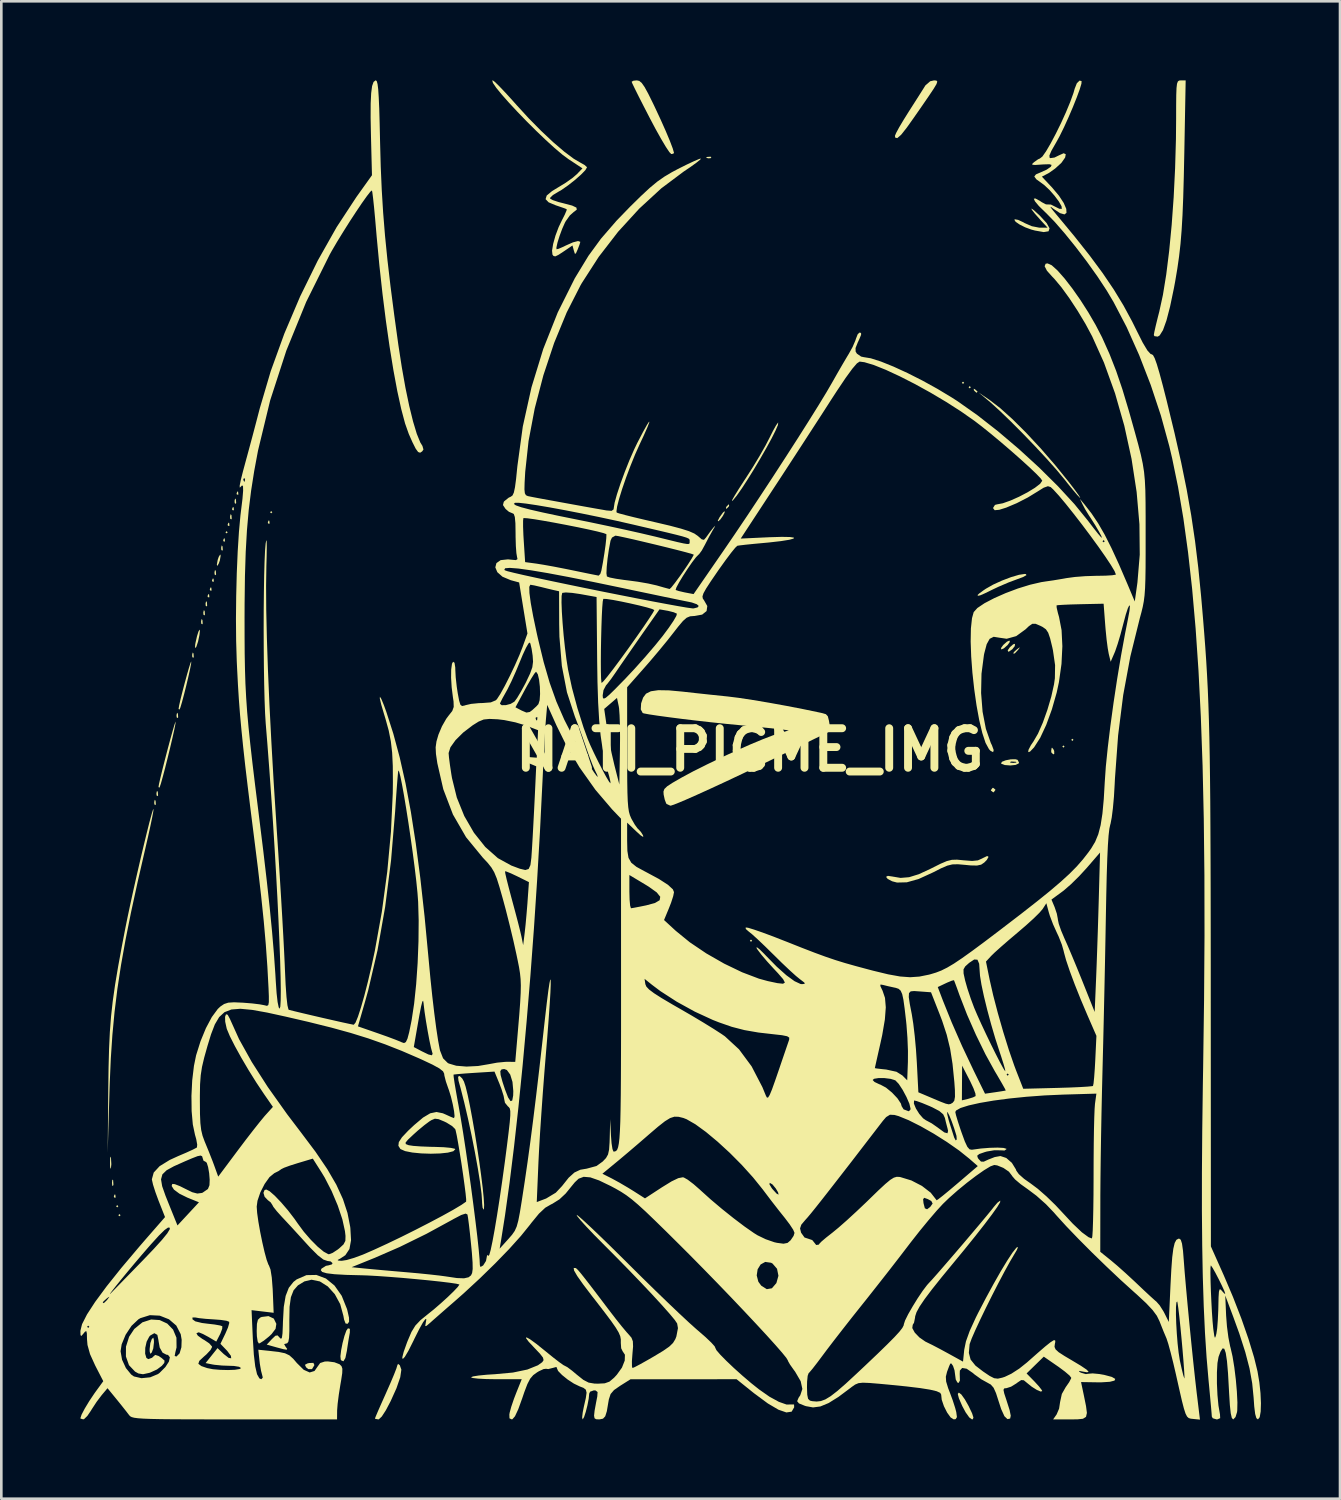
<source format=kicad_pcb>
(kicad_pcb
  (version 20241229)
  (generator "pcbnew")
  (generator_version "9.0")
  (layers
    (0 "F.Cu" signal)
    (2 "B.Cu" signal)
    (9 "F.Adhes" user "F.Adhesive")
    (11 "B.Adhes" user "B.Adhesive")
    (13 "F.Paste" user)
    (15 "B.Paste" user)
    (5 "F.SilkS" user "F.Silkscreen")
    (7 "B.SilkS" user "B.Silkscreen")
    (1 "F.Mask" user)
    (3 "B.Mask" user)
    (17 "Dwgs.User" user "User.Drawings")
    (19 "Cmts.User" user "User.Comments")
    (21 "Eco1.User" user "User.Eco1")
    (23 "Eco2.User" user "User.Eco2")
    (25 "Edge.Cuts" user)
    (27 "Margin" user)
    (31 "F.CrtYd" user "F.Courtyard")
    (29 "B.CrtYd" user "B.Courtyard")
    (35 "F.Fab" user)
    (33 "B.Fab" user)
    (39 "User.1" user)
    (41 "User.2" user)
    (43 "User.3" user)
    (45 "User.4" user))
  (footprint "NATI_PICME_IMG"
    (layer "F.Cu")
    (at 25.4 25.4)
    (property "Reference" "NATI_PICME_IMG" (at 0 0 0) (layer "F.SilkS") (effects (font (size 1.5 1.5) (thickness 0.3))))
    (attr board_only exclude_from_pos_files exclude_from_bom)
    (fp_poly (pts (xy -23.961 17.314) (xy -24.003 17.357) (xy -24.045 17.314) (xy -24.003 17.272)) (stroke (width 0) (type solid)) (fill yes) (layer "F.SilkS"))
    (fp_poly (pts (xy -23.876 17.653) (xy -23.918 17.695) (xy -23.961 17.653) (xy -23.918 17.611)) (stroke (width 0) (type solid)) (fill yes) (layer "F.SilkS"))
    (fp_poly (pts (xy -19.812 -8.255) (xy -19.854 -8.213) (xy -19.897 -8.255) (xy -19.854 -8.297)) (stroke (width 0) (type solid)) (fill yes) (layer "F.SilkS"))
    (fp_poly (pts (xy -18.119 -9.017) (xy -18.161 -8.975) (xy -18.203 -9.017) (xy -18.161 -9.059)) (stroke (width 0) (type solid)) (fill yes) (layer "F.SilkS"))
    (fp_poly (pts (xy 0.085 7.239) (xy 0.042 7.281) (xy 0 7.239) (xy 0.042 7.197)) (stroke (width 0) (type solid)) (fill yes) (layer "F.SilkS"))
    (fp_poly (pts (xy 8.128 -13.928) (xy 8.086 -13.885) (xy 8.043 -13.928) (xy 8.086 -13.97)) (stroke (width 0) (type solid)) (fill yes) (layer "F.SilkS"))
    (fp_poly (pts (xy 8.382 -13.758) (xy 8.34 -13.716) (xy 8.297 -13.758) (xy 8.34 -13.801)) (stroke (width 0) (type solid)) (fill yes) (layer "F.SilkS"))
    (fp_poly (pts (xy 11.938 -0.127) (xy 11.896 -0.085) (xy 11.853 -0.127) (xy 11.896 -0.169)) (stroke (width 0) (type solid)) (fill yes) (layer "F.SilkS"))
    (fp_poly (pts (xy 12.277 -0.381) (xy 12.234 -0.339) (xy 12.192 -0.381) (xy 12.234 -0.423)) (stroke (width 0) (type solid)) (fill yes) (layer "F.SilkS"))
    (fp_poly (pts (xy -24.159 16.32) (xy -24.147 16.493) (xy -24.159 16.531) (xy -24.189 16.542) (xy -24.201 16.425) (xy -24.188 16.305)) (stroke (width 0) (type solid)) (fill yes) (layer "F.SilkS"))
    (fp_poly (pts (xy -24.074 16.877) (xy -24.063 16.977) (xy -24.074 16.99) (xy -24.124 16.978) (xy -24.13 16.933) (xy -24.099 16.864)) (stroke (width 0) (type solid)) (fill yes) (layer "F.SilkS"))
    (fp_poly (pts (xy -22.548 1.931) (xy -22.538 2.064) (xy -22.555 2.094) (xy -22.593 2.068) (xy -22.599 1.983) (xy -22.579 1.892)) (stroke (width 0) (type solid)) (fill yes) (layer "F.SilkS"))
    (fp_poly (pts (xy -22.463 1.593) (xy -22.453 1.725) (xy -22.47 1.755) (xy -22.509 1.73) (xy -22.515 1.644) (xy -22.494 1.554)) (stroke (width 0) (type solid)) (fill yes) (layer "F.SilkS"))
    (fp_poly (pts (xy -21.701 -1.371) (xy -21.691 -1.238) (xy -21.708 -1.208) (xy -21.747 -1.234) (xy -21.753 -1.319) (xy -21.732 -1.41)) (stroke (width 0) (type solid)) (fill yes) (layer "F.SilkS"))
    (fp_poly (pts (xy -21.109 -3.657) (xy -21.099 -3.524) (xy -21.116 -3.494) (xy -21.154 -3.52) (xy -21.16 -3.605) (xy -21.139 -3.696)) (stroke (width 0) (type solid)) (fill yes) (layer "F.SilkS"))
    (fp_poly (pts (xy -20.77 -4.927) (xy -20.76 -4.794) (xy -20.777 -4.764) (xy -20.815 -4.79) (xy -20.821 -4.875) (xy -20.801 -4.966)) (stroke (width 0) (type solid)) (fill yes) (layer "F.SilkS"))
    (fp_poly (pts (xy -20.685 -5.265) (xy -20.675 -5.133) (xy -20.692 -5.103) (xy -20.731 -5.128) (xy -20.737 -5.214) (xy -20.716 -5.304)) (stroke (width 0) (type solid)) (fill yes) (layer "F.SilkS"))
    (fp_poly (pts (xy -20.601 -5.604) (xy -20.591 -5.472) (xy -20.608 -5.442) (xy -20.646 -5.467) (xy -20.652 -5.553) (xy -20.631 -5.643)) (stroke (width 0) (type solid)) (fill yes) (layer "F.SilkS"))
    (fp_poly (pts (xy -20.518 -5.898) (xy -20.507 -5.798) (xy -20.518 -5.786) (xy -20.568 -5.797) (xy -20.574 -5.842) (xy -20.543 -5.912)) (stroke (width 0) (type solid)) (fill yes) (layer "F.SilkS"))
    (fp_poly (pts (xy -20.433 -6.152) (xy -20.423 -6.052) (xy -20.433 -6.04) (xy -20.483 -6.051) (xy -20.489 -6.096) (xy -20.458 -6.166)) (stroke (width 0) (type solid)) (fill yes) (layer "F.SilkS"))
    (fp_poly (pts (xy -20.348 -6.491) (xy -20.338 -6.391) (xy -20.348 -6.378) (xy -20.399 -6.39) (xy -20.405 -6.435) (xy -20.374 -6.504)) (stroke (width 0) (type solid)) (fill yes) (layer "F.SilkS"))
    (fp_poly (pts (xy -20.262 -6.789) (xy -20.252 -6.657) (xy -20.269 -6.627) (xy -20.307 -6.652) (xy -20.313 -6.738) (xy -20.293 -6.828)) (stroke (width 0) (type solid)) (fill yes) (layer "F.SilkS"))
    (fp_poly (pts (xy -20.008 -7.721) (xy -19.998 -7.588) (xy -20.015 -7.558) (xy -20.053 -7.584) (xy -20.059 -7.669) (xy -20.039 -7.76)) (stroke (width 0) (type solid)) (fill yes) (layer "F.SilkS"))
    (fp_poly (pts (xy -19.925 -8.015) (xy -19.915 -7.915) (xy -19.925 -7.902) (xy -19.975 -7.914) (xy -19.981 -7.959) (xy -19.95 -8.028)) (stroke (width 0) (type solid)) (fill yes) (layer "F.SilkS"))
    (fp_poly (pts (xy -19.756 -8.608) (xy -19.745 -8.507) (xy -19.756 -8.495) (xy -19.806 -8.507) (xy -19.812 -8.551) (xy -19.781 -8.621)) (stroke (width 0) (type solid)) (fill yes) (layer "F.SilkS"))
    (fp_poly (pts (xy -19.669 -8.906) (xy -19.659 -8.774) (xy -19.676 -8.744) (xy -19.715 -8.769) (xy -19.721 -8.855) (xy -19.7 -8.945)) (stroke (width 0) (type solid)) (fill yes) (layer "F.SilkS"))
    (fp_poly (pts (xy -19.586 -9.2) (xy -19.576 -9.1) (xy -19.586 -9.088) (xy -19.637 -9.099) (xy -19.643 -9.144) (xy -19.612 -9.214)) (stroke (width 0) (type solid)) (fill yes) (layer "F.SilkS"))
    (fp_poly (pts (xy -19.5 -9.499) (xy -19.49 -9.366) (xy -19.507 -9.336) (xy -19.545 -9.362) (xy -19.551 -9.447) (xy -19.531 -9.538)) (stroke (width 0) (type solid)) (fill yes) (layer "F.SilkS"))
    (fp_poly (pts (xy -19.417 -9.793) (xy -19.407 -9.693) (xy -19.417 -9.68) (xy -19.467 -9.692) (xy -19.473 -9.737) (xy -19.442 -9.806)) (stroke (width 0) (type solid)) (fill yes) (layer "F.SilkS"))
    (fp_poly (pts (xy -18.232 -8.692) (xy -18.221 -8.592) (xy -18.232 -8.58) (xy -18.282 -8.591) (xy -18.288 -8.636) (xy -18.257 -8.706)) (stroke (width 0) (type solid)) (fill yes) (layer "F.SilkS"))
    (fp_poly (pts (xy -1.462 -22.488) (xy -1.488 -22.449) (xy -1.573 -22.443) (xy -1.664 -22.464) (xy -1.625 -22.495) (xy -1.492 -22.505)) (stroke (width 0) (type solid)) (fill yes) (layer "F.SilkS"))
    (fp_poly (pts (xy 8.538 -13.682) (xy 8.628 -13.603) (xy 8.636 -13.584) (xy 8.596 -13.549) (xy 8.512 -13.627) (xy 8.501 -13.644) (xy 8.491 -13.702)) (stroke (width 0) (type solid)) (fill yes) (layer "F.SilkS"))
    (fp_poly (pts (xy -24.24 15.473) (xy -24.226 15.72) (xy -24.24 15.854) (xy -24.261 15.894) (xy -24.274 15.788) (xy -24.276 15.663) (xy -24.27 15.48) (xy -24.253 15.43)) (stroke (width 0) (type solid)) (fill yes) (layer "F.SilkS"))
    (fp_poly (pts (xy -20.078 -7.366) (xy -20.11 -7.185) (xy -20.151 -7.07) (xy -20.207 -6.977) (xy -20.223 -7.027) (xy -20.191 -7.209) (xy -20.151 -7.324) (xy -20.095 -7.416)) (stroke (width 0) (type solid)) (fill yes) (layer "F.SilkS"))
    (fp_poly (pts (xy -0.789 -9.259) (xy -0.804 -9.229) (xy -0.884 -9.148) (xy -0.899 -9.144) (xy -0.905 -9.199) (xy -0.889 -9.229) (xy -0.809 -9.31) (xy -0.794 -9.313)) (stroke (width 0) (type solid)) (fill yes) (layer "F.SilkS"))
    (fp_poly (pts (xy 9.311 1.504) (xy 9.313 1.524) (xy 9.249 1.606) (xy 9.229 1.609) (xy 9.146 1.544) (xy 9.144 1.524) (xy 9.208 1.442) (xy 9.229 1.439)) (stroke (width 0) (type solid)) (fill yes) (layer "F.SilkS"))
    (fp_poly (pts (xy 9.862 -4.097) (xy 9.779 -3.979) (xy 9.636 -3.853) (xy 9.541 -3.81) (xy 9.527 -3.862) (xy 9.61 -3.979) (xy 9.753 -4.106) (xy 9.848 -4.149)) (stroke (width 0) (type solid)) (fill yes) (layer "F.SilkS"))
    (fp_poly (pts (xy 10.049 -3.937) (xy 9.956 -3.818) (xy 9.839 -3.735) (xy 9.798 -3.725) (xy 9.782 -3.777) (xy 9.864 -3.895) (xy 9.989 -4.006) (xy 10.059 -4.024)) (stroke (width 0) (type solid)) (fill yes) (layer "F.SilkS"))
    (fp_poly (pts (xy 10.218 -3.85) (xy 10.171 -3.789) (xy 10.047 -3.657) (xy 9.992 -3.658) (xy 9.991 -3.673) (xy 10.049 -3.743) (xy 10.139 -3.821) (xy 10.239 -3.894)) (stroke (width 0) (type solid)) (fill yes) (layer "F.SilkS"))
    (fp_poly (pts (xy 11.518 -0.018) (xy 11.545 0.042) (xy 11.547 0.151) (xy 11.512 0.169) (xy 11.439 0.101) (xy 11.43 0.042) (xy 11.448 -0.071) (xy 11.463 -0.085)) (stroke (width 0) (type solid)) (fill yes) (layer "F.SilkS"))
    (fp_poly (pts (xy -16.524 23.334) (xy -16.527 23.351) (xy -16.613 23.493) (xy -16.754 23.493) (xy -16.838 23.423) (xy -16.881 23.33) (xy -16.786 23.277) (xy -16.719 23.262) (xy -16.56 23.256)) (stroke (width 0) (type solid)) (fill yes) (layer "F.SilkS"))
    (fp_poly (pts (xy -22.611 22.391) (xy -22.609 22.479) (xy -22.635 22.706) (xy -22.691 22.86) (xy -22.748 22.913) (xy -22.771 22.821) (xy -22.773 22.733) (xy -22.746 22.506) (xy -22.691 22.352) (xy -22.633 22.299)) (stroke (width 0) (type solid)) (fill yes) (layer "F.SilkS"))
    (fp_poly (pts (xy -0.959 -9.003) (xy -1.025 -8.877) (xy -1.12 -8.744) (xy -1.195 -8.673) (xy -1.219 -8.692) (xy -1.157 -8.814) (xy -1.142 -8.837) (xy -1.031 -8.992) (xy -0.962 -9.059) (xy -0.961 -9.059)) (stroke (width 0) (type solid)) (fill yes) (layer "F.SilkS"))
    (fp_poly (pts (xy -20.866 -4.519) (xy -20.883 -4.36) (xy -20.935 -4.111) (xy -20.998 -3.921) (xy -21.012 -3.895) (xy -21.053 -3.867) (xy -21.044 -3.997) (xy -21.032 -4.064) (xy -20.976 -4.313) (xy -20.922 -4.486) (xy -20.881 -4.563)) (stroke (width 0) (type solid)) (fill yes) (layer "F.SilkS"))
    (fp_poly (pts (xy 8.021 24.454) (xy 8.154 24.639) (xy 8.297 24.892) (xy 8.43 25.17) (xy 8.481 25.329) (xy 8.457 25.394) (xy 8.426 25.4) (xy 8.324 25.327) (xy 8.186 25.134) (xy 8.056 24.892) (xy 7.929 24.599) (xy 7.887 24.434) (xy 7.928 24.384)) (stroke (width 0) (type solid)) (fill yes) (layer "F.SilkS"))
    (fp_poly (pts (xy -15.176 21.964) (xy -15.178 22.111) (xy -15.186 22.151) (xy -15.227 22.388) (xy -15.274 22.69) (xy -15.289 22.797) (xy -15.347 23.072) (xy -15.421 23.196) (xy -15.505 23.16) (xy -15.522 23.135) (xy -15.535 23.005) (xy -15.507 22.776) (xy -15.453 22.502) (xy -15.383 22.236) (xy -15.31 22.032) (xy -15.249 21.946)) (stroke (width 0) (type solid)) (fill yes) (layer "F.SilkS"))
    (fp_poly (pts (xy -18.063 21.576) (xy -17.966 21.775) (xy -17.966 21.777) (xy -17.995 21.963) (xy -18.146 22.163) (xy -18.244 22.255) (xy -18.439 22.412) (xy -18.589 22.508) (xy -18.63 22.521) (xy -18.674 22.445) (xy -18.704 22.247) (xy -18.711 22.053) (xy -18.702 21.777) (xy -18.665 21.621) (xy -18.581 21.54) (xy -18.521 21.514) (xy -18.263 21.482)) (stroke (width 0) (type solid)) (fill yes) (layer "F.SilkS"))
    (fp_poly (pts (xy -21.2 -3.268) (xy -21.241 -3.057) (xy -21.306 -2.765) (xy -21.385 -2.433) (xy -21.468 -2.102) (xy -21.545 -1.814) (xy -21.606 -1.609) (xy -21.639 -1.531) (xy -21.675 -1.551) (xy -21.675 -1.555) (xy -21.655 -1.678) (xy -21.603 -1.909) (xy -21.528 -2.209) (xy -21.442 -2.538) (xy -21.355 -2.856) (xy -21.278 -3.125) (xy -21.22 -3.305) (xy -21.194 -3.357)) (stroke (width 0) (type solid)) (fill yes) (layer "F.SilkS"))
    (fp_poly (pts (xy 10.468 -6.671) (xy 10.494 -6.631) (xy 10.365 -6.558) (xy 10.16 -6.482) (xy 9.812 -6.352) (xy 9.425 -6.186) (xy 9.21 -6.084) (xy 8.913 -5.939) (xy 8.738 -5.863) (xy 8.655 -5.847) (xy 8.636 -5.873) (xy 8.7 -5.934) (xy 8.861 -6.052) (xy 8.955 -6.115) (xy 9.23 -6.271) (xy 9.563 -6.423) (xy 9.906 -6.553) (xy 10.211 -6.643) (xy 10.428 -6.675)) (stroke (width 0) (type solid)) (fill yes) (layer "F.SilkS"))
    (fp_poly (pts (xy 10.156 0.378) (xy 10.21 0.48) (xy 10.199 0.514) (xy 10.083 0.57) (xy 9.882 0.591) (xy 9.673 0.575) (xy 9.538 0.524) (xy 9.528 0.512) (xy 9.545 0.483) (xy 9.874 0.483) (xy 9.991 0.495) (xy 10.111 0.481) (xy 10.097 0.452) (xy 9.923 0.441) (xy 9.885 0.452) (xy 9.874 0.483) (xy 9.545 0.483) (xy 9.564 0.45) (xy 9.708 0.394) (xy 9.899 0.358) (xy 10.076 0.355)) (stroke (width 0) (type solid)) (fill yes) (layer "F.SilkS"))
    (fp_poly (pts (xy -21.795 -0.984) (xy -21.838 -0.767) (xy -21.907 -0.457) (xy -21.994 -0.087) (xy -22.09 0.306) (xy -22.186 0.688) (xy -22.275 1.024) (xy -22.346 1.278) (xy -22.393 1.417) (xy -22.401 1.431) (xy -22.437 1.412) (xy -22.437 1.409) (xy -22.417 1.291) (xy -22.363 1.055) (xy -22.285 0.734) (xy -22.191 0.363) (xy -22.09 -0.025) (xy -21.991 -0.395) (xy -21.902 -0.715) (xy -21.833 -0.95) (xy -21.793 -1.065) (xy -21.787 -1.072)) (stroke (width 0) (type solid)) (fill yes) (layer "F.SilkS"))
    (fp_poly (pts (xy -13.282 23.345) (xy -13.223 23.513) (xy -13.265 23.802) (xy -13.408 24.217) (xy -13.629 24.708) (xy -13.811 25.054) (xy -13.965 25.291) (xy -14.077 25.397) (xy -14.094 25.4) (xy -14.209 25.381) (xy -14.224 25.365) (xy -14.191 25.279) (xy -14.102 25.07) (xy -13.969 24.769) (xy -13.807 24.407) (xy -13.801 24.392) (xy -13.637 24.021) (xy -13.502 23.701) (xy -13.411 23.467) (xy -13.377 23.352) (xy -13.377 23.352) (xy -13.349 23.294)) (stroke (width 0) (type solid)) (fill yes) (layer "F.SilkS"))
    (fp_poly (pts (xy 1.061 -12.319) (xy 0.97 -12.108) (xy 0.819 -11.808) (xy 0.621 -11.446) (xy 0.394 -11.05) (xy 0.154 -10.645) (xy -0.086 -10.259) (xy -0.307 -9.918) (xy -0.496 -9.649) (xy -0.635 -9.478) (xy -0.682 -9.438) (xy -0.671 -9.483) (xy -0.579 -9.645) (xy -0.422 -9.899) (xy -0.214 -10.221) (xy -0.161 -10.301) (xy 0.106 -10.718) (xy 0.369 -11.153) (xy 0.596 -11.553) (xy 0.742 -11.835) (xy 0.883 -12.116) (xy 0.997 -12.32) (xy 1.066 -12.414) (xy 1.075 -12.416)) (stroke (width 0) (type solid)) (fill yes) (layer "F.SilkS"))
    (fp_poly (pts (xy 7.076 -25.393) (xy 7.11 -25.354) (xy 7.079 -25.259) (xy 6.973 -25.082) (xy 6.782 -24.797) (xy 6.716 -24.701) (xy 6.472 -24.346) (xy 6.225 -23.992) (xy 6.016 -23.696) (xy 5.948 -23.601) (xy 5.737 -23.336) (xy 5.591 -23.21) (xy 5.514 -23.229) (xy 5.503 -23.297) (xy 5.547 -23.404) (xy 5.664 -23.62) (xy 5.838 -23.912) (xy 6.022 -24.207) (xy 6.243 -24.553) (xy 6.44 -24.862) (xy 6.589 -25.098) (xy 6.659 -25.21) (xy 6.84 -25.367) (xy 6.986 -25.4)) (stroke (width 0) (type solid)) (fill yes) (layer "F.SilkS"))
    (fp_poly (pts (xy 9.093 -13.277) (xy 9.496 -12.967) (xy 9.969 -12.541) (xy 10.489 -12.022) (xy 11.034 -11.437) (xy 11.579 -10.808) (xy 12.101 -10.162) (xy 12.313 -9.885) (xy 12.473 -9.665) (xy 12.535 -9.564) (xy 12.513 -9.571) (xy 12.416 -9.674) (xy 12.256 -9.862) (xy 12.045 -10.123) (xy 11.932 -10.266) (xy 11.644 -10.613) (xy 11.265 -11.04) (xy 10.826 -11.512) (xy 10.361 -11.996) (xy 9.901 -12.458) (xy 9.478 -12.865) (xy 9.126 -13.185) (xy 9.059 -13.241) (xy 8.678 -13.559)) (stroke (width 0) (type solid)) (fill yes) (layer "F.SilkS"))
    (fp_poly (pts (xy 10.777 -20.473) (xy 10.981 -20.286) (xy 11.002 -20.266) (xy 11.259 -19.986) (xy 11.369 -19.788) (xy 11.331 -19.675) (xy 11.147 -19.645) (xy 10.818 -19.703) (xy 10.678 -19.74) (xy 10.444 -19.826) (xy 10.233 -19.932) (xy 10.083 -20.035) (xy 10.033 -20.111) (xy 10.055 -20.13) (xy 10.178 -20.108) (xy 10.373 -20.017) (xy 10.426 -19.986) (xy 10.696 -19.868) (xy 10.976 -19.813) (xy 11.002 -19.812) (xy 11.294 -19.812) (xy 11.04 -20.087) (xy 10.815 -20.34) (xy 10.695 -20.493) (xy 10.682 -20.54)) (stroke (width 0) (type solid)) (fill yes) (layer "F.SilkS"))
    (fp_poly (pts (xy -4.197 -25.38) (xy -4.105 -25.305) (xy -3.997 -25.151) (xy -3.856 -24.895) (xy -3.667 -24.512) (xy -3.616 -24.405) (xy -3.393 -23.928) (xy -3.196 -23.486) (xy -3.037 -23.108) (xy -2.928 -22.821) (xy -2.88 -22.653) (xy -2.879 -22.638) (xy -2.946 -22.609) (xy -2.985 -22.607) (xy -3.056 -22.68) (xy -3.189 -22.879) (xy -3.369 -23.182) (xy -3.582 -23.563) (xy -3.789 -23.954) (xy -4.013 -24.388) (xy -4.208 -24.77) (xy -4.36 -25.075) (xy -4.457 -25.276) (xy -4.487 -25.349) (xy -4.415 -25.388) (xy -4.289 -25.4)) (stroke (width 0) (type solid)) (fill yes) (layer "F.SilkS"))
    (fp_poly (pts (xy -10.916 12.463) (xy -10.848 12.583) (xy -10.784 12.777) (xy -10.707 13.092) (xy -10.621 13.504) (xy -10.531 13.987) (xy -10.439 14.516) (xy -10.351 15.067) (xy -10.268 15.614) (xy -10.197 16.133) (xy -10.139 16.598) (xy -10.1 16.984) (xy -10.082 17.266) (xy -10.09 17.42) (xy -10.105 17.441) (xy -10.142 17.367) (xy -10.16 17.185) (xy -10.16 17.153) (xy -10.18 16.848) (xy -10.236 16.411) (xy -10.322 15.874) (xy -10.431 15.271) (xy -10.557 14.633) (xy -10.694 13.993) (xy -10.836 13.383) (xy -10.975 12.835) (xy -11.055 12.552) (xy -11.071 12.399) (xy -11.013 12.371)) (stroke (width 0) (type solid)) (fill yes) (layer "F.SilkS"))
    (fp_poly (pts (xy 9.055 4.058) (xy 8.989 4.175) (xy 8.893 4.273) (xy 8.774 4.354) (xy 8.617 4.388) (xy 8.372 4.383) (xy 8.169 4.363) (xy 7.892 4.339) (xy 7.683 4.344) (xy 7.488 4.392) (xy 7.249 4.495) (xy 6.953 4.646) (xy 6.405 4.897) (xy 5.954 5.024) (xy 5.582 5.033) (xy 5.397 4.985) (xy 5.231 4.898) (xy 5.165 4.817) (xy 5.235 4.779) (xy 5.397 4.803) (xy 5.717 4.857) (xy 6.041 4.83) (xy 6.413 4.715) (xy 6.873 4.501) (xy 6.89 4.492) (xy 7.229 4.322) (xy 7.47 4.219) (xy 7.663 4.171) (xy 7.859 4.165) (xy 8.108 4.189) (xy 8.108 4.189) (xy 8.431 4.214) (xy 8.649 4.192) (xy 8.82 4.116) (xy 8.839 4.104) (xy 9.002 4.026)) (stroke (width 0) (type solid)) (fill yes) (layer "F.SilkS"))
    (fp_poly (pts (xy -22.633 2.327) (xy -22.675 2.554) (xy -22.745 2.892) (xy -22.838 3.314) (xy -22.936 3.74) (xy -23.231 5.024) (xy -23.481 6.173) (xy -23.689 7.213) (xy -23.86 8.171) (xy -23.997 9.072) (xy -24.104 9.944) (xy -24.186 10.814) (xy -24.246 11.707) (xy -24.287 12.65) (xy -24.298 12.996) (xy -24.364 15.282) (xy -24.342 12.869) (xy -24.331 12.046) (xy -24.312 11.336) (xy -24.282 10.704) (xy -24.237 10.114) (xy -24.172 9.529) (xy -24.084 8.912) (xy -23.97 8.229) (xy -23.825 7.441) (xy -23.705 6.816) (xy -23.613 6.36) (xy -23.503 5.842) (xy -23.381 5.285) (xy -23.252 4.714) (xy -23.122 4.15) (xy -22.996 3.618) (xy -22.88 3.141) (xy -22.78 2.742) (xy -22.699 2.444) (xy -22.646 2.272) (xy -22.626 2.238)) (stroke (width 0) (type solid)) (fill yes) (layer "F.SilkS"))
    (fp_poly (pts (xy 16.482 -22.67) (xy 16.462 -21.74) (xy 16.44 -20.955) (xy 16.413 -20.286) (xy 16.379 -19.708) (xy 16.337 -19.195) (xy 16.283 -18.721) (xy 16.217 -18.26) (xy 16.137 -17.785) (xy 16.089 -17.526) (xy 15.943 -16.825) (xy 15.804 -16.291) (xy 15.672 -15.924) (xy 15.545 -15.722) (xy 15.473 -15.679) (xy 15.349 -15.696) (xy 15.325 -15.741) (xy 15.345 -15.857) (xy 15.399 -16.097) (xy 15.478 -16.419) (xy 15.532 -16.628) (xy 15.67 -17.26) (xy 15.796 -18.036) (xy 15.907 -18.929) (xy 16.002 -19.915) (xy 16.078 -20.968) (xy 16.132 -22.062) (xy 16.164 -23.171) (xy 16.171 -23.939) (xy 16.172 -24.468) (xy 16.176 -24.851) (xy 16.186 -25.111) (xy 16.205 -25.272) (xy 16.237 -25.359) (xy 16.283 -25.393) (xy 16.347 -25.4) (xy 16.352 -25.4) (xy 16.533 -25.4)) (stroke (width 0) (type solid)) (fill yes) (layer "F.SilkS"))
    (fp_poly (pts (xy -16.085 20.056) (xy -15.758 20.324) (xy -15.486 20.712) (xy -15.287 21.208) (xy -15.27 21.271) (xy -15.209 21.542) (xy -15.206 21.695) (xy -15.259 21.772) (xy -15.262 21.773) (xy -15.339 21.763) (xy -15.397 21.61) (xy -15.422 21.471) (xy -15.542 21.03) (xy -15.747 20.652) (xy -16.013 20.357) (xy -16.316 20.166) (xy -16.631 20.101) (xy -16.902 20.166) (xy -17.146 20.315) (xy -17.312 20.504) (xy -17.414 20.765) (xy -17.464 21.128) (xy -17.473 21.625) (xy -17.473 21.639) (xy -17.472 22.043) (xy -17.483 22.305) (xy -17.51 22.453) (xy -17.556 22.514) (xy -17.589 22.521) (xy -17.67 22.544) (xy -17.618 22.639) (xy -17.611 22.648) (xy -17.554 22.728) (xy -17.575 22.757) (xy -17.702 22.736) (xy -17.961 22.667) (xy -17.992 22.658) (xy -18.33 22.564) (xy -18.139 22.359) (xy -18.002 22.227) (xy -17.919 22.214) (xy -17.84 22.3) (xy -17.788 22.346) (xy -17.754 22.298) (xy -17.732 22.135) (xy -17.719 21.834) (xy -17.715 21.69) (xy -17.684 21.134) (xy -17.613 20.716) (xy -17.494 20.409) (xy -17.318 20.186) (xy -17.196 20.09) (xy -16.823 19.927) (xy -16.446 19.92)) (stroke (width 0) (type solid)) (fill yes) (layer "F.SilkS"))
    (fp_poly (pts (xy -3.073 -2.258) (xy -2.561 -2.211) (xy -2.087 -2.158) (xy -1.54 -2.099) (xy -1.014 -2.044) (xy -0.847 -2.027) (xy -0.429 -1.975) (xy 0.111 -1.893) (xy 0.73 -1.789) (xy 1.386 -1.67) (xy 2.036 -1.544) (xy 2.636 -1.419) (xy 2.742 -1.396) (xy 2.884 -1.354) (xy 2.957 -1.275) (xy 3 -1.105) (xy 3.017 -1.005) (xy 3.064 -0.718) (xy 1.257 0.164) (xy 0.508 0.527) (xy -0.21 0.87) (xy -0.881 1.187) (xy -1.49 1.469) (xy -2.019 1.709) (xy -2.454 1.901) (xy -2.777 2.036) (xy -2.972 2.107) (xy -3.017 2.117) (xy -3.157 2.054) (xy -3.178 2.027) (xy -3.232 1.881) (xy -3.272 1.696) (xy -3.279 1.581) (xy -3.244 1.484) (xy -3.139 1.382) (xy -2.939 1.251) (xy -2.62 1.067) (xy -2.565 1.036) (xy -2.144 0.81) (xy -1.638 0.557) (xy -1.085 0.291) (xy -0.519 0.03) (xy 0.022 -0.209) (xy 0.501 -0.409) (xy 0.882 -0.555) (xy 1.005 -0.595) (xy 1.476 -0.741) (xy 1.055 -0.792) (xy 0.799 -0.821) (xy 0.428 -0.859) (xy -0.006 -0.901) (xy -0.381 -0.937) (xy -0.908 -0.988) (xy -1.468 -1.047) (xy -2.033 -1.111) (xy -2.578 -1.176) (xy -3.076 -1.24) (xy -3.501 -1.298) (xy -3.825 -1.347) (xy -4.022 -1.384) (xy -4.067 -1.399) (xy -4.14 -1.535) (xy -4.126 -1.766) (xy -4.051 -1.984) (xy -3.941 -2.132) (xy -3.757 -2.224) (xy -3.475 -2.265)) (stroke (width 0) (type solid)) (fill yes) (layer "F.SilkS"))
    (fp_poly (pts (xy -9.673 -25.34) (xy -9.503 -25.173) (xy -9.266 -24.924) (xy -8.984 -24.614) (xy -8.852 -24.465) (xy -8.389 -23.96) (xy -7.917 -23.482) (xy -7.46 -23.053) (xy -7.041 -22.695) (xy -6.684 -22.428) (xy -6.458 -22.295) (xy -6.276 -22.193) (xy -6.183 -22.11) (xy -6.181 -22.099) (xy -6.244 -21.993) (xy -6.409 -21.823) (xy -6.639 -21.621) (xy -6.895 -21.419) (xy -7.14 -21.248) (xy -7.276 -21.169) (xy -7.473 -21.05) (xy -7.576 -20.949) (xy -7.579 -20.915) (xy -7.477 -20.857) (xy -7.261 -20.785) (xy -7.064 -20.735) (xy -6.744 -20.651) (xy -6.582 -20.574) (xy -6.568 -20.494) (xy -6.686 -20.406) (xy -6.834 -20.273) (xy -6.986 -20.058) (xy -7.018 -20) (xy -7.121 -19.768) (xy -7.22 -19.5) (xy -7.299 -19.248) (xy -7.34 -19.061) (xy -7.337 -18.993) (xy -7.254 -19.012) (xy -7.074 -19.09) (xy -6.982 -19.136) (xy -6.713 -19.255) (xy -6.52 -19.305) (xy -6.436 -19.277) (xy -6.435 -19.267) (xy -6.463 -19.171) (xy -6.531 -18.992) (xy -6.601 -18.834) (xy -6.64 -18.824) (xy -6.679 -18.945) (xy -6.731 -19.137) (xy -7.044 -18.924) (xy -7.262 -18.781) (xy -7.383 -18.723) (xy -7.45 -18.739) (xy -7.49 -18.79) (xy -7.506 -18.941) (xy -7.464 -19.197) (xy -7.376 -19.512) (xy -7.254 -19.837) (xy -7.136 -20.084) (xy -7.021 -20.311) (xy -6.955 -20.468) (xy -6.95 -20.513) (xy -7.044 -20.551) (xy -7.244 -20.62) (xy -7.365 -20.661) (xy -7.636 -20.774) (xy -7.751 -20.894) (xy -7.708 -21.032) (xy -7.506 -21.2) (xy -7.286 -21.334) (xy -6.988 -21.516) (xy -6.722 -21.705) (xy -6.564 -21.842) (xy -6.352 -22.063) (xy -6.882 -22.412) (xy -7.118 -22.587) (xy -7.413 -22.837) (xy -7.747 -23.142) (xy -8.105 -23.484) (xy -8.468 -23.845) (xy -8.818 -24.207) (xy -9.139 -24.552) (xy -9.412 -24.861) (xy -9.621 -25.116) (xy -9.747 -25.3) (xy -9.773 -25.392) (xy -9.754 -25.4)) (stroke (width 0) (type solid)) (fill yes) (layer "F.SilkS"))
    (fp_poly (pts (xy -6.507 17.685) (xy -6.332 17.837) (xy -6.068 18.082) (xy -5.727 18.406) (xy -5.326 18.795) (xy -4.878 19.237) (xy -4.587 19.526) (xy -4.079 20.03) (xy -3.576 20.522) (xy -3.098 20.984) (xy -2.667 21.394) (xy -2.304 21.732) (xy -2.031 21.977) (xy -1.957 22.04) (xy -1.679 22.282) (xy -1.463 22.488) (xy -1.334 22.633) (xy -1.311 22.688) (xy -1.271 22.773) (xy -1.125 22.943) (xy -0.896 23.176) (xy -0.609 23.449) (xy -0.286 23.739) (xy 0.047 24.023) (xy 0.343 24.259) (xy 0.742 24.539) (xy 1.101 24.735) (xy 1.391 24.837) (xy 1.577 24.834) (xy 1.676 24.834) (xy 1.68 24.942) (xy 1.584 25.107) (xy 1.385 25.137) (xy 1.084 25.033) (xy 0.682 24.796) (xy 0.178 24.424) (xy 0.107 24.368) (xy -0.505 23.876) (xy -2.518 23.878) (xy -4.53 23.879) (xy -4.921 24.125) (xy -5.156 24.288) (xy -5.284 24.438) (xy -5.35 24.639) (xy -5.373 24.769) (xy -5.428 25.093) (xy -5.488 25.283) (xy -5.572 25.373) (xy -5.699 25.399) (xy -5.733 25.4) (xy -5.834 25.394) (xy -5.893 25.358) (xy -5.912 25.26) (xy -5.892 25.073) (xy -5.836 24.765) (xy -5.79 24.532) (xy -5.778 24.363) (xy -5.853 24.304) (xy -5.92 24.299) (xy -6.061 24.349) (xy -6.096 24.422) (xy -6.115 24.615) (xy -6.163 24.864) (xy -6.226 25.113) (xy -6.29 25.31) (xy -6.342 25.399) (xy -6.346 25.4) (xy -6.364 25.326) (xy -6.342 25.133) (xy -6.298 24.913) (xy -6.224 24.588) (xy -6.196 24.388) (xy -6.224 24.273) (xy -6.314 24.204) (xy -6.456 24.149) (xy -6.678 24.042) (xy -6.915 23.887) (xy -7.127 23.716) (xy -7.277 23.562) (xy -7.323 23.455) (xy -7.32 23.446) (xy -7.346 23.412) (xy -7.479 23.448) (xy -7.65 23.491) (xy -7.734 23.48) (xy -7.827 23.491) (xy -8.005 23.574) (xy -8.075 23.616) (xy -8.221 23.722) (xy -8.336 23.857) (xy -8.441 24.059) (xy -8.558 24.366) (xy -8.637 24.599) (xy -8.789 25.019) (xy -8.912 25.282) (xy -9.01 25.394) (xy -9.035 25.4) (xy -9.121 25.36) (xy -9.126 25.216) (xy -9.113 25.14) (xy -9.053 24.92) (xy -8.951 24.619) (xy -8.858 24.378) (xy -8.656 23.876) (xy -9.62 23.876) (xy -10.001 23.87) (xy -10.311 23.854) (xy -10.516 23.83) (xy -10.583 23.803) (xy -10.504 23.77) (xy -10.291 23.736) (xy -9.977 23.705) (xy -9.673 23.686) (xy -8.99 23.623) (xy -8.442 23.509) (xy -8.041 23.347) (xy -7.877 23.229) (xy -7.827 23.153) (xy -7.85 23.056) (xy -7.966 22.906) (xy -8.17 22.691) (xy -8.395 22.451) (xy -8.495 22.316) (xy -8.477 22.286) (xy -8.346 22.357) (xy -8.11 22.528) (xy -7.774 22.798) (xy -7.75 22.818) (xy -7.466 23.048) (xy -7.229 23.231) (xy -7.069 23.344) (xy -7.021 23.368) (xy -6.925 23.419) (xy -6.746 23.553) (xy -6.562 23.707) (xy -6.316 23.903) (xy -6.117 24.005) (xy -5.897 24.042) (xy -5.762 24.045) (xy -5.507 24.032) (xy -5.328 23.968) (xy -5.153 23.82) (xy -5.048 23.706) (xy -4.854 23.436) (xy -4.748 23.169) (xy -4.741 22.947) (xy -4.828 22.816) (xy -4.883 22.703) (xy -4.897 22.5) (xy -4.897 22.487) (xy -4.896 22.367) (xy -4.918 22.247) (xy -4.978 22.105) (xy -5.087 21.922) (xy -5.258 21.676) (xy -5.505 21.347) (xy -5.839 20.913) (xy -5.984 20.728) (xy -6.322 20.284) (xy -6.55 19.961) (xy -6.67 19.753) (xy -6.685 19.655) (xy -6.614 19.657) (xy -6.573 19.683) (xy -6.508 19.749) (xy -6.405 19.871) (xy -6.252 20.064) (xy -6.035 20.344) (xy -5.743 20.727) (xy -5.363 21.229) (xy -5.346 21.251) (xy -5.098 21.574) (xy -4.866 21.865) (xy -4.681 22.086) (xy -4.602 22.174) (xy -4.492 22.302) (xy -4.44 22.437) (xy -4.432 22.634) (xy -4.456 22.915) (xy -4.476 23.191) (xy -4.474 23.385) (xy -4.454 23.453) (xy -4.361 23.412) (xy -4.156 23.304) (xy -3.873 23.145) (xy -3.646 23.014) (xy -3.294 22.802) (xy -3.061 22.64) (xy -2.917 22.501) (xy -2.829 22.357) (xy -2.789 22.253) (xy -2.729 21.938) (xy -2.76 21.761) (xy -2.854 21.623) (xy -3.054 21.383) (xy -3.345 21.055) (xy -3.712 20.656) (xy -4.141 20.201) (xy -4.616 19.707) (xy -5.123 19.19) (xy -5.578 18.733) (xy -5.915 18.392) (xy -6.201 18.092) (xy -6.418 17.853) (xy -6.548 17.695) (xy -6.576 17.639)) (stroke (width 0) (type solid)) (fill yes) (layer "F.SilkS"))
    (fp_poly (pts (xy 12.584 -25.374) (xy 12.578 -25.275) (xy 12.512 -25.056) (xy 12.399 -24.749) (xy 12.254 -24.386) (xy 12.089 -24.001) (xy 11.918 -23.624) (xy 11.754 -23.29) (xy 11.611 -23.029) (xy 11.606 -23.022) (xy 11.439 -22.729) (xy 11.363 -22.551) (xy 11.371 -22.465) (xy 11.4 -22.451) (xy 11.557 -22.473) (xy 11.726 -22.556) (xy 11.904 -22.636) (xy 11.984 -22.599) (xy 11.96 -22.473) (xy 11.827 -22.283) (xy 11.799 -22.253) (xy 11.578 -22.053) (xy 11.35 -21.891) (xy 11.318 -21.873) (xy 11.078 -21.748) (xy 11.467 -21.333) (xy 11.728 -21.022) (xy 11.908 -20.747) (xy 12.003 -20.525) (xy 12.012 -20.375) (xy 11.935 -20.315) (xy 11.767 -20.364) (xy 11.547 -20.508) (xy 11.426 -20.596) (xy 11.403 -20.592) (xy 11.483 -20.485) (xy 11.623 -20.317) (xy 12.309 -19.49) (xy 12.891 -18.755) (xy 13.384 -18.089) (xy 13.805 -17.467) (xy 14.172 -16.864) (xy 14.501 -16.256) (xy 14.678 -15.899) (xy 14.906 -15.446) (xy 15.082 -15.153) (xy 15.204 -15.019) (xy 15.24 -15.01) (xy 15.293 -14.979) (xy 15.357 -14.861) (xy 15.437 -14.639) (xy 15.538 -14.299) (xy 15.666 -13.824) (xy 15.812 -13.25) (xy 16.111 -12.019) (xy 16.362 -10.909) (xy 16.571 -9.881) (xy 16.744 -8.898) (xy 16.889 -7.921) (xy 17.012 -6.91) (xy 17.119 -5.827) (xy 17.14 -5.588) (xy 17.191 -4.994) (xy 17.236 -4.435) (xy 17.277 -3.899) (xy 17.313 -3.372) (xy 17.344 -2.844) (xy 17.372 -2.301) (xy 17.395 -1.732) (xy 17.415 -1.124) (xy 17.432 -0.464) (xy 17.446 0.26) (xy 17.457 1.06) (xy 17.466 1.948) (xy 17.472 2.937) (xy 17.477 4.039) (xy 17.481 5.267) (xy 17.483 6.632) (xy 17.485 8.148) (xy 17.485 9.059) (xy 17.49 18.838) (xy 17.981 19.939) (xy 18.33 20.76) (xy 18.647 21.577) (xy 18.917 22.352) (xy 19.129 23.049) (xy 19.258 23.575) (xy 19.328 23.99) (xy 19.372 24.405) (xy 19.389 24.787) (xy 19.379 25.102) (xy 19.342 25.317) (xy 19.276 25.4) (xy 19.274 25.4) (xy 19.215 25.352) (xy 19.17 25.194) (xy 19.134 24.905) (xy 19.111 24.575) (xy 19.057 24.028) (xy 18.955 23.463) (xy 18.794 22.846) (xy 18.568 22.143) (xy 18.337 21.505) (xy 18.035 20.701) (xy 18.068 21.463) (xy 18.1 21.876) (xy 18.154 22.289) (xy 18.22 22.626) (xy 18.237 22.688) (xy 18.311 23.01) (xy 18.379 23.427) (xy 18.436 23.89) (xy 18.476 24.349) (xy 18.496 24.756) (xy 18.49 25.061) (xy 18.482 25.125) (xy 18.424 25.312) (xy 18.341 25.399) (xy 18.333 25.4) (xy 18.284 25.345) (xy 18.243 25.169) (xy 18.21 24.857) (xy 18.181 24.393) (xy 18.175 24.278) (xy 18.14 23.65) (xy 18.1 23.185) (xy 18.053 22.877) (xy 17.998 22.72) (xy 17.932 22.707) (xy 17.853 22.834) (xy 17.781 23.027) (xy 17.739 23.263) (xy 17.719 23.617) (xy 17.719 24.037) (xy 17.739 24.474) (xy 17.777 24.877) (xy 17.832 25.195) (xy 17.835 25.207) (xy 17.842 25.354) (xy 17.738 25.399) (xy 17.705 25.4) (xy 17.562 25.358) (xy 17.525 25.294) (xy 17.517 25.177) (xy 17.495 24.922) (xy 17.462 24.564) (xy 17.422 24.133) (xy 17.399 23.894) (xy 17.326 23.043) (xy 17.266 22.122) (xy 17.219 21.117) (xy 17.184 20.018) (xy 17.18 19.849) (xy 17.472 19.849) (xy 17.478 20.159) (xy 17.49 20.532) (xy 17.508 20.933) (xy 17.529 21.325) (xy 17.553 21.674) (xy 17.578 21.944) (xy 17.587 22.013) (xy 17.62 22.238) (xy 17.645 22.308) (xy 17.675 22.24) (xy 17.7 22.14) (xy 17.729 21.94) (xy 17.753 21.627) (xy 17.77 21.258) (xy 17.773 21.124) (xy 17.781 20.768) (xy 17.795 20.557) (xy 17.821 20.467) (xy 17.864 20.474) (xy 17.91 20.527) (xy 18.002 20.629) (xy 18.034 20.63) (xy 17.999 20.526) (xy 17.909 20.329) (xy 17.79 20.087) (xy 17.665 19.847) (xy 17.557 19.656) (xy 17.492 19.561) (xy 17.487 19.558) (xy 17.475 19.637) (xy 17.472 19.849) (xy 17.18 19.849) (xy 17.161 18.812) (xy 17.149 17.488) (xy 17.15 16.034) (xy 17.162 14.439) (xy 17.185 12.69) (xy 17.195 12.107) (xy 17.231 9.496) (xy 17.248 7.046) (xy 17.244 4.752) (xy 17.22 2.606) (xy 17.175 0.603) (xy 17.108 -1.264) (xy 17.02 -3.001) (xy 16.91 -4.615) (xy 16.778 -6.113) (xy 16.623 -7.5) (xy 16.446 -8.783) (xy 16.245 -9.969) (xy 16.02 -11.063) (xy 15.911 -11.526) (xy 15.594 -12.681) (xy 15.208 -13.844) (xy 14.769 -14.976) (xy 14.294 -16.039) (xy 13.797 -16.991) (xy 13.534 -17.433) (xy 13.186 -17.961) (xy 12.788 -18.519) (xy 12.366 -19.074) (xy 11.948 -19.591) (xy 11.562 -20.035) (xy 11.234 -20.372) (xy 11.208 -20.395) (xy 10.962 -20.636) (xy 10.815 -20.813) (xy 10.771 -20.912) (xy 10.834 -20.92) (xy 11.01 -20.823) (xy 11.078 -20.777) (xy 11.234 -20.695) (xy 11.323 -20.693) (xy 11.422 -20.689) (xy 11.579 -20.61) (xy 11.741 -20.529) (xy 11.834 -20.526) (xy 11.824 -20.625) (xy 11.723 -20.803) (xy 11.56 -21.022) (xy 11.366 -21.243) (xy 11.17 -21.427) (xy 11.088 -21.488) (xy 10.867 -21.648) (xy 10.79 -21.754) (xy 10.854 -21.835) (xy 11.039 -21.914) (xy 11.26 -22.014) (xy 11.412 -22.12) (xy 11.422 -22.13) (xy 11.447 -22.194) (xy 11.366 -22.219) (xy 11.151 -22.213) (xy 11.07 -22.208) (xy 10.819 -22.191) (xy 10.711 -22.201) (xy 10.721 -22.244) (xy 10.79 -22.305) (xy 10.933 -22.406) (xy 11.003 -22.437) (xy 11.096 -22.51) (xy 11.237 -22.711) (xy 11.411 -23.009) (xy 11.605 -23.375) (xy 11.804 -23.779) (xy 11.991 -24.191) (xy 12.153 -24.582) (xy 12.276 -24.921) (xy 12.322 -25.083) (xy 12.404 -25.291) (xy 12.507 -25.392)) (stroke (width 0) (type solid)) (fill yes) (layer "F.SilkS"))
    (fp_poly (pts (xy -14.155 -25.368) (xy -14.126 -25.26) (xy -14.101 -25.061) (xy -14.081 -24.755) (xy -14.062 -24.327) (xy -14.046 -23.76) (xy -14.03 -23.05) (xy -14.005 -22.125) (xy -13.967 -21.247) (xy -13.914 -20.386) (xy -13.843 -19.51) (xy -13.751 -18.59) (xy -13.635 -17.593) (xy -13.492 -16.49) (xy -13.336 -15.36) (xy -13.206 -14.517) (xy -13.068 -13.74) (xy -12.924 -13.049) (xy -12.779 -12.46) (xy -12.638 -11.992) (xy -12.504 -11.663) (xy -12.423 -11.532) (xy -12.385 -11.396) (xy -12.433 -11.325) (xy -12.51 -11.274) (xy -12.586 -11.301) (xy -12.678 -11.426) (xy -12.801 -11.67) (xy -12.942 -11.988) (xy -13.082 -12.385) (xy -13.228 -12.933) (xy -13.377 -13.613) (xy -13.525 -14.409) (xy -13.67 -15.302) (xy -13.809 -16.275) (xy -13.939 -17.308) (xy -14.057 -18.385) (xy -14.161 -19.486) (xy -14.177 -19.675) (xy -14.219 -20.162) (xy -14.259 -20.589) (xy -14.295 -20.927) (xy -14.323 -21.148) (xy -14.339 -21.226) (xy -14.4 -21.177) (xy -14.531 -21.009) (xy -14.717 -20.748) (xy -14.939 -20.418) (xy -15.182 -20.047) (xy -15.427 -19.658) (xy -15.66 -19.279) (xy -15.862 -18.934) (xy -15.944 -18.786) (xy -16.832 -16.999) (xy -17.587 -15.148) (xy -18.199 -13.263) (xy -18.656 -11.377) (xy -18.663 -11.345) (xy -18.807 -10.572) (xy -18.923 -9.834) (xy -19.014 -9.098) (xy -19.081 -8.334) (xy -19.128 -7.51) (xy -19.157 -6.595) (xy -19.17 -5.556) (xy -19.172 -5.038) (xy -19.171 -4.297) (xy -19.167 -3.647) (xy -19.156 -3.062) (xy -19.139 -2.516) (xy -19.111 -1.984) (xy -19.073 -1.44) (xy -19.021 -0.86) (xy -18.954 -0.218) (xy -18.871 0.513) (xy -18.769 1.356) (xy -18.646 2.338) (xy -18.626 2.503) (xy -18.465 3.802) (xy -18.33 4.955) (xy -18.218 5.981) (xy -18.128 6.899) (xy -18.058 7.73) (xy -18.004 8.495) (xy -17.987 8.784) (xy -17.956 9.232) (xy -17.918 9.567) (xy -17.876 9.769) (xy -17.842 9.821) (xy -17.815 9.739) (xy -17.801 9.503) (xy -17.797 9.125) (xy -17.804 8.622) (xy -17.821 8.007) (xy -17.848 7.293) (xy -17.883 6.496) (xy -17.925 5.63) (xy -17.975 4.708) (xy -18.031 3.746) (xy -18.093 2.756) (xy -18.16 1.754) (xy -18.231 0.754) (xy -18.306 -0.231) (xy -18.37 -1.016) (xy -18.393 -1.39) (xy -18.412 -1.888) (xy -18.427 -2.483) (xy -18.438 -3.148) (xy -18.444 -3.857) (xy -18.447 -4.584) (xy -18.445 -5.302) (xy -18.438 -5.984) (xy -18.428 -6.604) (xy -18.413 -7.135) (xy -18.395 -7.551) (xy -18.372 -7.825) (xy -18.371 -7.832) (xy -18.347 -7.956) (xy -18.333 -7.914) (xy -18.329 -7.709) (xy -18.334 -7.345) (xy -18.344 -6.985) (xy -18.355 -6.225) (xy -18.349 -5.309) (xy -18.325 -4.246) (xy -18.285 -3.049) (xy -18.228 -1.728) (xy -18.154 -0.295) (xy -18.066 1.24) (xy -17.961 2.864) (xy -17.952 3.011) (xy -17.895 3.861) (xy -17.841 4.719) (xy -17.789 5.557) (xy -17.742 6.347) (xy -17.702 7.062) (xy -17.67 7.674) (xy -17.647 8.155) (xy -17.642 8.289) (xy -17.614 8.904) (xy -17.581 9.373) (xy -17.545 9.689) (xy -17.507 9.845) (xy -17.491 9.862) (xy -17.279 9.915) (xy -16.968 9.99) (xy -16.595 10.078) (xy -16.195 10.171) (xy -15.804 10.26) (xy -15.459 10.338) (xy -15.194 10.395) (xy -15.046 10.425) (xy -15.028 10.427) (xy -14.962 10.348) (xy -14.87 10.124) (xy -14.757 9.777) (xy -14.629 9.328) (xy -14.494 8.8) (xy -14.356 8.213) (xy -14.229 7.62) (xy -13.964 6.147) (xy -13.758 4.62) (xy -13.617 3.101) (xy -13.549 1.65) (xy -13.544 1.228) (xy -13.548 0.607) (xy -13.572 0.106) (xy -13.622 -0.325) (xy -13.703 -0.735) (xy -13.824 -1.175) (xy -13.879 -1.355) (xy -13.988 -1.725) (xy -14.04 -1.947) (xy -14.037 -2.018) (xy -13.984 -1.935) (xy -13.884 -1.693) (xy -13.792 -1.439) (xy -13.527 -0.612) (xy -13.285 0.287) (xy -13.064 1.27) (xy -12.862 2.352) (xy -12.676 3.546) (xy -12.503 4.868) (xy -12.341 6.33) (xy -12.188 7.948) (xy -12.187 7.959) (xy -12.121 8.663) (xy -12.049 9.35) (xy -11.974 9.99) (xy -11.9 10.556) (xy -11.83 11.017) (xy -11.769 11.346) (xy -11.755 11.408) (xy -11.641 11.701) (xy -11.464 11.877) (xy -11.423 11.899) (xy -11.14 11.983) (xy -10.751 12.015) (xy -10.312 11.993) (xy -9.906 11.924) (xy -9.591 11.866) (xy -9.281 11.836) (xy -9.213 11.834) (xy -8.902 11.836) (xy -8.857 11.315) (xy -8.796 10.601) (xy -8.748 10.031) (xy -8.715 9.58) (xy -8.696 9.224) (xy -8.69 8.937) (xy -8.699 8.695) (xy -8.722 8.473) (xy -8.758 8.246) (xy -8.809 7.99) (xy -8.86 7.747) (xy -8.973 7.236) (xy -9.115 6.644) (xy -9.264 6.054) (xy -9.374 5.647) (xy -9.501 5.201) (xy -9.602 4.88) (xy -9.698 4.647) (xy -9.722 4.605) (xy -9.29 4.605) (xy -9.279 4.692) (xy -9.229 4.91) (xy -9.148 5.229) (xy -9.045 5.618) (xy -9.022 5.703) (xy -8.905 6.137) (xy -8.799 6.54) (xy -8.716 6.87) (xy -8.667 7.082) (xy -8.665 7.092) (xy -8.602 7.408) (xy -8.544 6.943) (xy -8.51 6.629) (xy -8.473 6.225) (xy -8.439 5.81) (xy -8.435 5.747) (xy -8.383 5.017) (xy -8.824 4.798) (xy -9.064 4.685) (xy -9.235 4.616) (xy -9.29 4.605) (xy -9.722 4.605) (xy -9.806 4.463) (xy -9.944 4.289) (xy -10.133 4.087) (xy -10.768 3.313) (xy -11.266 2.451) (xy -11.632 1.492) (xy -11.858 0.506) (xy -11.91 0.155) (xy -11.912 0.119) (xy -11.43 0.119) (xy -11.416 0.29) (xy -11.379 0.576) (xy -11.326 0.927) (xy -11.302 1.068) (xy -11.119 1.809) (xy -10.836 2.509) (xy -10.47 3.142) (xy -10.039 3.683) (xy -9.561 4.107) (xy -9.052 4.387) (xy -9.048 4.389) (xy -8.73 4.508) (xy -8.52 4.558) (xy -8.394 4.519) (xy -8.326 4.37) (xy -8.29 4.09) (xy -8.267 3.747) (xy -8.242 3.326) (xy -8.214 2.806) (xy -8.185 2.253) (xy -8.161 1.772) (xy -8.107 0.622) (xy -8.371 0.512) (xy -8.576 0.402) (xy -8.623 0.317) (xy -8.514 0.274) (xy -8.361 0.275) (xy -8.086 0.296) (xy -8.061 -0.225) (xy -8.036 -0.747) (xy -8.526 -0.934) (xy -8.897 -1.045) (xy -9.319 -1.131) (xy -9.567 -1.161) (xy -9.881 -1.175) (xy -10.098 -1.153) (xy -10.29 -1.075) (xy -10.516 -0.934) (xy -10.878 -0.657) (xy -11.168 -0.369) (xy -11.361 -0.099) (xy -11.43 0.119) (xy -11.912 0.119) (xy -11.922 -0.098) (xy -11.891 -0.32) (xy -11.816 -0.578) (xy -11.815 -0.581) (xy -11.683 -0.894) (xy -11.517 -1.185) (xy -11.516 -1.185) (xy -8.128 -1.185) (xy -8.097 -1.116) (xy -8.072 -1.129) (xy -8.061 -1.229) (xy -8.072 -1.242) (xy -8.122 -1.23) (xy -8.128 -1.185) (xy -11.516 -1.185) (xy -11.431 -1.299) (xy -11.292 -1.475) (xy -11.241 -1.616) (xy -8.894 -1.616) (xy -8.659 -1.492) (xy -8.479 -1.416) (xy -8.352 -1.438) (xy -8.255 -1.51) (xy -8.102 -1.65) (xy -8.023 -1.736) (xy -7.977 -1.883) (xy -7.96 -2.12) (xy -7.968 -2.397) (xy -7.998 -2.663) (xy -8.046 -2.868) (xy -8.108 -2.961) (xy -8.117 -2.962) (xy -8.178 -2.892) (xy -8.296 -2.705) (xy -8.451 -2.436) (xy -8.532 -2.288) (xy -8.894 -1.616) (xy -11.241 -1.616) (xy -11.236 -1.631) (xy -11.243 -1.84) (xy -11.266 -1.99) (xy -11.314 -2.371) (xy -11.336 -2.738) (xy -11.332 -3.05) (xy -11.302 -3.268) (xy -11.261 -3.344) (xy -11.206 -3.306) (xy -11.178 -3.125) (xy -11.176 -3.039) (xy -11.161 -2.754) (xy -11.121 -2.396) (xy -11.084 -2.15) (xy -11.03 -1.864) (xy -10.982 -1.712) (xy -10.919 -1.664) (xy -10.817 -1.685) (xy -10.782 -1.698) (xy -10.572 -1.746) (xy -10.535 -1.749) (xy -9.483 -1.749) (xy -9.416 -1.696) (xy -9.258 -1.698) (xy -9.076 -1.746) (xy -8.934 -1.83) (xy -8.831 -1.97) (xy -8.685 -2.214) (xy -8.522 -2.514) (xy -8.495 -2.567) (xy -8.339 -2.896) (xy -8.254 -3.136) (xy -8.227 -3.346) (xy -8.242 -3.575) (xy -8.281 -3.834) (xy -8.326 -4.025) (xy -8.346 -4.074) (xy -8.398 -4.04) (xy -8.493 -3.875) (xy -8.617 -3.61) (xy -8.714 -3.374) (xy -8.876 -2.983) (xy -9.046 -2.603) (xy -9.198 -2.295) (xy -9.254 -2.194) (xy -9.382 -1.966) (xy -9.465 -1.8) (xy -9.483 -1.749) (xy -10.535 -1.749) (xy -10.282 -1.774) (xy -10.143 -1.778) (xy -9.829 -1.802) (xy -9.641 -1.881) (xy -9.596 -1.926) (xy -9.467 -2.124) (xy -9.295 -2.435) (xy -9.103 -2.814) (xy -8.911 -3.218) (xy -8.742 -3.603) (xy -8.633 -3.88) (xy -8.439 -4.415) (xy -8.597 -5.384) (xy -8.727 -6.185) (xy -8.37 -6.185) (xy -8.364 -5.953) (xy -8.314 -5.576) (xy -8.221 -5.065) (xy -8.087 -4.43) (xy -8.044 -4.238) (xy -7.824 -3.332) (xy -7.596 -2.547) (xy -7.342 -1.835) (xy -7.042 -1.147) (xy -6.678 -0.436) (xy -6.264 0.291) (xy -6.069 0.612) (xy -5.915 0.85) (xy -5.811 0.992) (xy -5.769 1.027) (xy -5.797 0.94) (xy -5.881 0.769) (xy -5.971 0.566) (xy -6.087 0.264) (xy -6.207 -0.074) (xy -6.215 -0.099) (xy -6.355 -0.501) (xy -6.513 -0.934) (xy -6.639 -1.262) (xy -6.94 -2.183) (xy -7.134 -3.185) (xy -7.226 -4.293) (xy -7.235 -4.766) (xy -7.238 -5.593) (xy -7.147 -5.593) (xy -7.134 -5.241) (xy -7.106 -4.818) (xy -7.067 -4.355) (xy -7.017 -3.886) (xy -6.961 -3.441) (xy -6.9 -3.054) (xy -6.899 -3.048) (xy -6.75 -2.353) (xy -6.545 -1.59) (xy -6.309 -0.843) (xy -6.157 -0.423) (xy -6.055 -0.182) (xy -5.915 0.119) (xy -5.755 0.445) (xy -5.594 0.759) (xy -5.45 1.025) (xy -5.342 1.207) (xy -5.289 1.27) (xy -5.293 1.197) (xy -5.336 1.011) (xy -5.376 0.868) (xy -5.495 0.421) (xy -5.589 -0.043) (xy -5.663 -0.548) (xy -5.718 -1.12) (xy -5.743 -1.554) (xy -5.527 -1.554) (xy -5.424 -0.841) (xy -5.349 -0.391) (xy -5.248 0.115) (xy -5.142 0.573) (xy -5.137 0.593) (xy -4.953 1.312) (xy -4.93 -0.005) (xy -4.926 -0.488) (xy -4.931 -0.937) (xy -4.944 -1.312) (xy -4.963 -1.575) (xy -4.974 -1.647) (xy -5.042 -1.972) (xy -5.284 -1.763) (xy -5.527 -1.554) (xy -5.743 -1.554) (xy -5.757 -1.786) (xy -5.766 -2.067) (xy -5.585 -2.067) (xy -5.577 -1.977) (xy -5.544 -1.943) (xy -5.468 -1.977) (xy -5.331 -2.093) (xy -5.115 -2.304) (xy -5.045 -2.376) (xy -4.657 -2.376) (xy -4.657 -0.041) (xy -4.656 0.655) (xy -4.653 1.203) (xy -4.646 1.625) (xy -4.634 1.941) (xy -4.615 2.174) (xy -4.589 2.345) (xy -4.553 2.475) (xy -4.507 2.585) (xy -4.489 2.622) (xy -4.366 2.837) (xy -4.261 2.981) (xy -4.235 3.005) (xy -4.132 3.116) (xy -4.054 3.243) (xy -4.045 3.306) (xy -4.143 3.244) (xy -4.308 3.094) (xy -4.657 2.76) (xy -4.657 3.448) (xy -4.648 3.834) (xy -4.605 4.096) (xy -4.499 4.282) (xy -4.303 4.438) (xy -3.989 4.609) (xy -3.95 4.629) (xy -3.452 4.897) (xy -3.111 5.117) (xy -2.922 5.291) (xy -2.879 5.397) (xy -2.91 5.552) (xy -2.99 5.799) (xy -3.068 5.999) (xy -3.257 6.455) (xy -2.813 6.864) (xy -2.281 7.298) (xy -1.654 7.721) (xy -0.976 8.109) (xy -0.295 8.437) (xy 0.345 8.68) (xy 0.677 8.771) (xy 1.043 8.849) (xy 1.257 8.872) (xy 1.328 8.828) (xy 1.261 8.699) (xy 1.065 8.473) (xy 0.904 8.301) (xy 0.65 8.022) (xy 0.434 7.768) (xy 0.289 7.577) (xy 0.253 7.518) (xy 0.259 7.483) (xy 0.359 7.558) (xy 0.532 7.727) (xy 0.608 7.807) (xy 1.019 8.225) (xy 1.386 8.552) (xy 1.693 8.775) (xy 1.921 8.881) (xy 1.977 8.887) (xy 2.081 8.876) (xy 2.066 8.828) (xy 1.921 8.716) (xy 1.905 8.705) (xy 1.747 8.576) (xy 1.504 8.356) (xy 1.208 8.076) (xy 0.893 7.765) (xy 0.882 7.755) (xy 0.577 7.455) (xy 0.302 7.193) (xy 0.086 6.997) (xy -0.043 6.893) (xy -0.049 6.889) (xy -0.156 6.794) (xy -0.159 6.737) (xy -0.067 6.749) (xy 0.156 6.817) (xy 0.485 6.931) (xy 0.894 7.083) (xy 1.358 7.265) (xy 1.365 7.267) (xy 1.969 7.507) (xy 2.456 7.695) (xy 2.865 7.845) (xy 3.235 7.971) (xy 3.607 8.086) (xy 4.018 8.202) (xy 4.51 8.334) (xy 4.674 8.377) (xy 5.244 8.515) (xy 5.698 8.597) (xy 6.079 8.625) (xy 6.429 8.601) (xy 6.791 8.528) (xy 6.851 8.512) (xy 7.06 8.449) (xy 7.265 8.37) (xy 7.352 8.326) (xy 8.105 8.326) (xy 8.107 8.48) (xy 8.163 8.737) (xy 8.164 8.743) (xy 8.253 9.056) (xy 8.38 9.438) (xy 8.507 9.779) (xy 8.626 10.058) (xy 8.782 10.404) (xy 8.961 10.786) (xy 9.148 11.175) (xy 9.328 11.539) (xy 9.487 11.849) (xy 9.61 12.075) (xy 9.681 12.186) (xy 9.69 12.192) (xy 9.68 12.118) (xy 9.624 11.919) (xy 9.533 11.631) (xy 9.473 11.451) (xy 9.31 10.948) (xy 9.151 10.406) (xy 9.005 9.863) (xy 8.88 9.352) (xy 8.786 8.91) (xy 8.731 8.571) (xy 8.72 8.424) (xy 8.699 8.114) (xy 8.664 8.031) (xy 8.957 8.031) (xy 9.097 8.722) (xy 9.231 9.311) (xy 9.408 9.989) (xy 9.611 10.697) (xy 9.823 11.378) (xy 10.028 11.972) (xy 10.098 12.158) (xy 10.371 12.857) (xy 11.673 12.824) (xy 12.125 12.81) (xy 12.515 12.793) (xy 12.811 12.775) (xy 12.985 12.758) (xy 13.017 12.75) (xy 13.038 12.653) (xy 13.061 12.424) (xy 13.085 12.098) (xy 13.103 11.778) (xy 13.147 10.849) (xy 12.803 10.06) (xy 12.551 9.465) (xy 12.325 8.899) (xy 12.136 8.392) (xy 11.995 7.973) (xy 11.913 7.673) (xy 11.905 7.633) (xy 11.836 7.391) (xy 11.718 7.09) (xy 11.645 6.934) (xy 11.503 6.619) (xy 11.381 6.296) (xy 11.342 6.168) (xy 11.248 5.818) (xy 11.106 6.038) (xy 10.986 6.178) (xy 10.767 6.394) (xy 10.478 6.656) (xy 10.16 6.929) (xy 9.829 7.209) (xy 9.528 7.471) (xy 9.291 7.684) (xy 9.156 7.815) (xy 8.957 8.031) (xy 8.664 8.031) (xy 8.633 7.96) (xy 8.511 7.952) (xy 8.319 8.08) (xy 8.318 8.081) (xy 8.17 8.214) (xy 8.105 8.326) (xy 7.352 8.326) (xy 7.485 8.26) (xy 7.74 8.109) (xy 8.047 7.903) (xy 8.428 7.631) (xy 8.9 7.281) (xy 9.484 6.839) (xy 9.567 6.775) (xy 10.29 6.221) (xy 10.89 5.751) (xy 10.98 5.679) (xy 11.441 5.679) (xy 11.563 5.969) (xy 11.645 6.213) (xy 11.684 6.419) (xy 11.684 6.435) (xy 11.719 6.6) (xy 11.809 6.858) (xy 11.927 7.137) (xy 12.051 7.415) (xy 12.216 7.803) (xy 12.403 8.253) (xy 12.592 8.718) (xy 12.626 8.803) (xy 13.081 9.943) (xy 13.135 8.676) (xy 13.155 8.169) (xy 13.177 7.549) (xy 13.2 6.871) (xy 13.221 6.191) (xy 13.237 5.651) (xy 13.285 3.894) (xy 12.777 4.482) (xy 12.491 4.793) (xy 12.185 5.094) (xy 11.913 5.331) (xy 11.855 5.375) (xy 11.441 5.679) (xy 10.98 5.679) (xy 11.386 5.351) (xy 11.791 5.006) (xy 12.124 4.702) (xy 12.399 4.424) (xy 12.632 4.158) (xy 12.841 3.89) (xy 12.948 3.74) (xy 13.099 3.488) (xy 13.217 3.202) (xy 13.307 2.855) (xy 13.375 2.418) (xy 13.426 1.866) (xy 13.463 1.228) (xy 13.504 0.632) (xy 13.578 -0.093) (xy 13.677 -0.911) (xy 13.797 -1.788) (xy 13.933 -2.687) (xy 14.08 -3.572) (xy 14.233 -4.407) (xy 14.341 -4.95) (xy 14.402 -5.28) (xy 14.418 -5.456) (xy 14.395 -5.485) (xy 14.34 -5.374) (xy 14.26 -5.131) (xy 14.162 -4.763) (xy 14.061 -4.381) (xy 13.953 -4.019) (xy 13.858 -3.74) (xy 13.834 -3.683) (xy 13.688 -3.344) (xy 13.615 -3.641) (xy 13.576 -3.858) (xy 13.533 -4.187) (xy 13.495 -4.572) (xy 13.481 -4.741) (xy 13.42 -5.546) (xy 12.541 -5.527) (xy 12.174 -5.517) (xy 11.877 -5.504) (xy 11.685 -5.491) (xy 11.634 -5.481) (xy 11.64 -5.391) (xy 11.686 -5.193) (xy 11.729 -5.041) (xy 11.825 -4.542) (xy 11.855 -3.934) (xy 11.822 -3.261) (xy 11.725 -2.571) (xy 11.64 -2.176) (xy 11.456 -1.533) (xy 11.243 -0.949) (xy 11.015 -0.46) (xy 10.786 -0.102) (xy 10.772 -0.085) (xy 10.627 0.066) (xy 10.559 0.086) (xy 10.57 -0.002) (xy 10.661 -0.178) (xy 10.755 -0.315) (xy 10.93 -0.615) (xy 11.113 -1.032) (xy 11.286 -1.517) (xy 11.434 -2.018) (xy 11.538 -2.485) (xy 11.571 -2.717) (xy 11.579 -3.215) (xy 11.498 -3.776) (xy 11.472 -3.897) (xy 11.39 -4.234) (xy 11.317 -4.446) (xy 11.231 -4.575) (xy 11.109 -4.662) (xy 11.027 -4.704) (xy 10.842 -4.783) (xy 10.717 -4.785) (xy 10.585 -4.694) (xy 10.461 -4.576) (xy 10.104 -4.316) (xy 9.743 -4.216) (xy 9.454 -4.258) (xy 9.249 -4.291) (xy 9.097 -4.214) (xy 8.984 -4.009) (xy 8.891 -3.657) (xy 8.879 -3.596) (xy 8.787 -2.889) (xy 8.772 -2.158) (xy 8.828 -1.448) (xy 8.953 -0.8) (xy 9.141 -0.26) (xy 9.181 -0.18) (xy 9.25 0.007) (xy 9.228 0.086) (xy 9.129 0.035) (xy 9.071 -0.028) (xy 8.941 -0.266) (xy 8.817 -0.643) (xy 8.701 -1.128) (xy 8.598 -1.691) (xy 8.511 -2.301) (xy 8.442 -2.929) (xy 8.396 -3.543) (xy 8.376 -4.113) (xy 8.385 -4.608) (xy 8.427 -4.999) (xy 8.491 -5.227) (xy 8.631 -5.383) (xy 8.901 -5.564) (xy 9.27 -5.757) (xy 9.703 -5.948) (xy 10.168 -6.123) (xy 10.631 -6.266) (xy 11.058 -6.365) (xy 11.221 -6.39) (xy 11.513 -6.432) (xy 11.861 -6.49) (xy 12.016 -6.518) (xy 12.327 -6.56) (xy 12.727 -6.591) (xy 13.134 -6.604) (xy 13.177 -6.604) (xy 13.5 -6.61) (xy 13.745 -6.625) (xy 13.875 -6.647) (xy 13.885 -6.656) (xy 13.835 -6.783) (xy 13.695 -7.017) (xy 13.484 -7.334) (xy 13.22 -7.711) (xy 13.07 -7.916) (xy 13.377 -7.916) (xy 13.42 -7.874) (xy 13.462 -7.916) (xy 13.42 -7.959) (xy 13.377 -7.916) (xy 13.07 -7.916) (xy 12.92 -8.123) (xy 12.602 -8.547) (xy 12.284 -8.958) (xy 11.985 -9.333) (xy 11.721 -9.648) (xy 11.511 -9.878) (xy 11.413 -9.97) (xy 11.307 -10.004) (xy 11.146 -9.947) (xy 10.92 -9.806) (xy 10.543 -9.575) (xy 10.124 -9.36) (xy 9.726 -9.192) (xy 9.461 -9.109) (xy 9.288 -9.093) (xy 9.23 -9.165) (xy 9.229 -9.185) (xy 9.298 -9.294) (xy 9.377 -9.315) (xy 9.595 -9.356) (xy 9.886 -9.459) (xy 10.211 -9.604) (xy 10.533 -9.772) (xy 10.812 -9.942) (xy 11.011 -10.095) (xy 11.091 -10.21) (xy 11.091 -10.214) (xy 11.029 -10.304) (xy 10.858 -10.481) (xy 10.601 -10.726) (xy 10.28 -11.018) (xy 9.917 -11.338) (xy 9.535 -11.666) (xy 9.156 -11.982) (xy 8.803 -12.266) (xy 8.523 -12.481) (xy 8.009 -12.841) (xy 7.444 -13.203) (xy 6.851 -13.555) (xy 6.256 -13.883) (xy 5.683 -14.175) (xy 5.157 -14.419) (xy 4.703 -14.601) (xy 4.346 -14.708) (xy 4.164 -14.732) (xy 4.061 -14.664) (xy 3.885 -14.459) (xy 3.633 -14.113) (xy 3.304 -13.623) (xy 3.086 -13.288) (xy 2.767 -12.791) (xy 2.381 -12.196) (xy 1.958 -11.543) (xy 1.523 -10.875) (xy 1.105 -10.234) (xy 0.905 -9.93) (xy -0.348 -8.017) (xy 0.736 -8.068) (xy 1.211 -8.082) (xy 1.521 -8.076) (xy 1.67 -8.053) (xy 1.66 -8.017) (xy 1.496 -7.972) (xy 1.179 -7.921) (xy 0.713 -7.868) (xy 0.56 -7.854) (xy 0.173 -7.818) (xy -0.156 -7.785) (xy -0.386 -7.758) (xy -0.476 -7.744) (xy -0.556 -7.669) (xy -0.711 -7.479) (xy -0.919 -7.202) (xy -1.161 -6.864) (xy -1.224 -6.774) (xy -1.485 -6.392) (xy -1.66 -6.123) (xy -1.761 -5.942) (xy -1.799 -5.823) (xy -1.786 -5.741) (xy -1.743 -5.681) (xy -1.616 -5.458) (xy -1.643 -5.267) (xy -1.81 -5.133) (xy -2.1 -5.08) (xy -2.113 -5.08) (xy -2.268 -5.068) (xy -2.398 -5.014) (xy -2.538 -4.892) (xy -2.721 -4.675) (xy -2.876 -4.476) (xy -3.133 -4.149) (xy -3.456 -3.756) (xy -3.795 -3.355) (xy -3.997 -3.124) (xy -4.657 -2.376) (xy -5.045 -2.376) (xy -4.803 -2.623) (xy -4.749 -2.677) (xy -4.373 -3.078) (xy -3.972 -3.526) (xy -3.596 -3.965) (xy -3.309 -4.32) (xy -3.077 -4.632) (xy -2.898 -4.896) (xy -2.79 -5.084) (xy -2.769 -5.168) (xy -2.892 -5.222) (xy -3.103 -5.275) (xy -3.133 -5.28) (xy -3.429 -5.332) (xy -4.149 -4.304) (xy -4.425 -3.907) (xy -4.687 -3.529) (xy -4.91 -3.207) (xy -5.067 -2.976) (xy -5.099 -2.929) (xy -5.263 -2.694) (xy -5.411 -2.502) (xy -5.459 -2.448) (xy -5.554 -2.267) (xy -5.585 -2.067) (xy -5.766 -2.067) (xy -5.782 -2.57) (xy -5.794 -3.353) (xy -5.655 -3.353) (xy -5.653 -2.989) (xy -5.646 -2.715) (xy -5.632 -2.562) (xy -5.622 -2.541) (xy -5.552 -2.607) (xy -5.4 -2.79) (xy -5.183 -3.07) (xy -4.918 -3.426) (xy -4.62 -3.836) (xy -4.583 -3.888) (xy -4.286 -4.307) (xy -4.027 -4.679) (xy -3.821 -4.984) (xy -3.682 -5.199) (xy -3.626 -5.302) (xy -3.626 -5.305) (xy -3.705 -5.345) (xy -3.91 -5.406) (xy -4.202 -5.48) (xy -4.54 -5.557) (xy -4.885 -5.63) (xy -5.195 -5.689) (xy -5.432 -5.725) (xy -5.555 -5.73) (xy -5.562 -5.727) (xy -5.583 -5.628) (xy -5.602 -5.397) (xy -5.619 -5.064) (xy -5.633 -4.661) (xy -5.644 -4.22) (xy -5.652 -3.774) (xy -5.655 -3.353) (xy -5.794 -3.353) (xy -5.795 -3.471) (xy -5.817 -5.8) (xy -6.433 -5.911) (xy -6.741 -5.956) (xy -6.984 -5.973) (xy -7.113 -5.957) (xy -7.12 -5.953) (xy -7.143 -5.841) (xy -7.147 -5.593) (xy -7.238 -5.593) (xy -7.239 -6.018) (xy -7.451 -6.065) (xy -7.683 -6.12) (xy -7.952 -6.187) (xy -7.959 -6.188) (xy -8.176 -6.239) (xy -8.32 -6.264) (xy -8.33 -6.265) (xy -8.37 -6.185) (xy -8.727 -6.185) (xy -8.754 -6.352) (xy -9.072 -6.438) (xy -9.387 -6.57) (xy -9.582 -6.742) (xy -9.622 -6.838) (xy -9.316 -6.838) (xy -9.296 -6.813) (xy -9.198 -6.779) (xy -8.954 -6.718) (xy -8.586 -6.633) (xy -8.116 -6.53) (xy -7.563 -6.412) (xy -6.95 -6.284) (xy -6.297 -6.149) (xy -5.626 -6.013) (xy -4.957 -5.88) (xy -4.312 -5.753) (xy -3.712 -5.637) (xy -3.178 -5.537) (xy -2.732 -5.456) (xy -2.393 -5.398) (xy -2.184 -5.369) (xy -2.135 -5.367) (xy -1.984 -5.406) (xy -1.94 -5.461) (xy -2.014 -5.526) (xy -2.202 -5.592) (xy -2.303 -5.614) (xy -2.484 -5.65) (xy -2.805 -5.716) (xy -3.237 -5.805) (xy -3.754 -5.914) (xy -4.33 -6.034) (xy -4.826 -6.139) (xy -5.935 -6.37) (xy -6.882 -6.559) (xy -7.67 -6.707) (xy -8.302 -6.813) (xy -8.78 -6.88) (xy -9.106 -6.905) (xy -9.284 -6.891) (xy -9.316 -6.838) (xy -9.622 -6.838) (xy -9.658 -6.925) (xy -9.616 -7.087) (xy -9.456 -7.199) (xy -9.177 -7.229) (xy -9.067 -7.217) (xy -8.878 -7.2) (xy -8.816 -7.238) (xy -8.834 -7.319) (xy -8.859 -7.466) (xy -8.879 -7.735) (xy -8.889 -8.076) (xy -8.89 -8.22) (xy -8.896 -8.599) (xy -8.905 -8.695) (xy -8.605 -8.695) (xy -8.605 -8.469) (xy -8.593 -8.151) (xy -8.58 -7.938) (xy -8.527 -7.124) (xy -8.094 -7.066) (xy -7.828 -7.023) (xy -7.453 -6.956) (xy -7.026 -6.873) (xy -6.731 -6.813) (xy -6.353 -6.735) (xy -6.037 -6.67) (xy -5.819 -6.627) (xy -5.738 -6.611) (xy -5.675 -6.677) (xy -5.667 -6.7) (xy -5.442 -6.7) (xy -5.425 -6.581) (xy -5.423 -6.579) (xy -5.315 -6.539) (xy -5.082 -6.493) (xy -4.767 -6.447) (xy -4.649 -6.433) (xy -4.252 -6.38) (xy -3.859 -6.312) (xy -3.547 -6.242) (xy -3.514 -6.233) (xy -3.266 -6.162) (xy -3.091 -6.115) (xy -3.044 -6.104) (xy -2.979 -6.165) (xy -2.843 -6.336) (xy -2.658 -6.587) (xy -2.551 -6.739) (xy -2.359 -7.022) (xy -2.215 -7.247) (xy -2.138 -7.384) (xy -2.132 -7.409) (xy -2.223 -7.441) (xy -2.447 -7.503) (xy -2.771 -7.587) (xy -3.163 -7.685) (xy -3.589 -7.789) (xy -4.018 -7.891) (xy -4.416 -7.985) (xy -4.752 -8.06) (xy -4.992 -8.111) (xy -5.103 -8.128) (xy -5.232 -8.055) (xy -5.287 -7.938) (xy -5.35 -7.601) (xy -5.4 -7.254) (xy -5.432 -6.939) (xy -5.442 -6.7) (xy -5.667 -6.7) (xy -5.636 -6.795) (xy -5.576 -7.113) (xy -5.521 -7.452) (xy -5.476 -7.77) (xy -5.449 -8.023) (xy -5.443 -8.168) (xy -5.448 -8.186) (xy -5.552 -8.225) (xy -5.787 -8.286) (xy -6.123 -8.362) (xy -6.526 -8.447) (xy -6.965 -8.534) (xy -7.408 -8.618) (xy -7.823 -8.692) (xy -8.178 -8.751) (xy -8.441 -8.787) (xy -8.58 -8.796) (xy -8.593 -8.792) (xy -8.605 -8.695) (xy -8.905 -8.695) (xy -8.918 -8.835) (xy -8.958 -8.951) (xy -9.004 -8.975) (xy -9.142 -9.033) (xy -9.27 -9.142) (xy -9.368 -9.289) (xy -9.357 -9.332) (xy -8.955 -9.332) (xy -8.879 -9.277) (xy -8.677 -9.206) (xy -8.34 -9.117) (xy -7.86 -9.007) (xy -7.228 -8.873) (xy -6.689 -8.764) (xy -6.049 -8.634) (xy -5.379 -8.493) (xy -4.727 -8.352) (xy -4.139 -8.22) (xy -3.662 -8.108) (xy -3.598 -8.093) (xy -3.106 -7.972) (xy -2.755 -7.886) (xy -2.521 -7.834) (xy -2.381 -7.811) (xy -2.31 -7.815) (xy -2.287 -7.841) (xy -2.285 -7.888) (xy -2.286 -7.911) (xy -2.285 -7.952) (xy -2.293 -7.986) (xy -2.329 -8.019) (xy -2.412 -8.055) (xy -2.561 -8.101) (xy -2.795 -8.162) (xy -3.131 -8.244) (xy -3.588 -8.352) (xy -4.187 -8.491) (xy -4.403 -8.542) (xy -5.057 -8.691) (xy -5.725 -8.835) (xy -6.384 -8.97) (xy -7.013 -9.093) (xy -7.588 -9.199) (xy -8.088 -9.284) (xy -8.49 -9.344) (xy -8.773 -9.375) (xy -8.913 -9.373) (xy -8.914 -9.373) (xy -8.955 -9.332) (xy -9.357 -9.332) (xy -9.338 -9.408) (xy -9.317 -9.435) (xy -9.152 -9.568) (xy -9.069 -9.607) (xy -9.006 -9.653) (xy -8.955 -9.763) (xy -8.912 -9.964) (xy -8.87 -10.28) (xy -8.824 -10.738) (xy -8.82 -10.774) (xy -8.616 -12.266) (xy -8.286 -13.755) (xy -7.84 -15.21) (xy -7.289 -16.598) (xy -6.644 -17.89) (xy -6.123 -18.747) (xy -5.651 -19.393) (xy -5.062 -20.074) (xy -4.536 -20.617) (xy -4.125 -21.02) (xy -3.796 -21.325) (xy -3.514 -21.559) (xy -3.246 -21.747) (xy -2.958 -21.918) (xy -2.736 -22.036) (xy -2.402 -22.203) (xy -2.119 -22.336) (xy -1.924 -22.419) (xy -1.859 -22.437) (xy -1.883 -22.394) (xy -2.026 -22.279) (xy -2.262 -22.109) (xy -2.51 -21.942) (xy -3.358 -21.307) (xy -4.197 -20.535) (xy -5 -19.657) (xy -5.736 -18.704) (xy -6.378 -17.708) (xy -6.421 -17.634) (xy -6.95 -16.596) (xy -7.426 -15.44) (xy -7.835 -14.211) (xy -8.163 -12.955) (xy -8.397 -11.718) (xy -8.524 -10.545) (xy -8.525 -10.525) (xy -8.547 -10.136) (xy -8.553 -9.884) (xy -8.538 -9.737) (xy -8.497 -9.663) (xy -8.425 -9.629) (xy -8.373 -9.618) (xy -8.228 -9.589) (xy -7.951 -9.537) (xy -7.579 -9.469) (xy -7.146 -9.39) (xy -6.69 -9.307) (xy -6.244 -9.226) (xy -5.845 -9.155) (xy -5.529 -9.1) (xy -5.44 -9.084) (xy -5.246 -9.069) (xy -5.171 -9.125) (xy -5.165 -9.174) (xy -5.132 -9.378) (xy -5.043 -9.699) (xy -4.911 -10.098) (xy -4.749 -10.54) (xy -4.572 -10.985) (xy -4.392 -11.396) (xy -4.274 -11.642) (xy -4.052 -12.067) (xy -3.901 -12.338) (xy -3.822 -12.457) (xy -3.817 -12.424) (xy -3.888 -12.239) (xy -4.036 -11.905) (xy -4.18 -11.599) (xy -4.356 -11.205) (xy -4.532 -10.771) (xy -4.699 -10.327) (xy -4.845 -9.903) (xy -4.961 -9.528) (xy -5.037 -9.234) (xy -5.063 -9.048) (xy -5.052 -9.003) (xy -4.959 -8.971) (xy -4.729 -8.909) (xy -4.389 -8.824) (xy -3.967 -8.724) (xy -3.6 -8.639) (xy -3.035 -8.506) (xy -2.613 -8.394) (xy -2.311 -8.298) (xy -2.107 -8.208) (xy -1.978 -8.119) (xy -1.976 -8.117) (xy -1.827 -7.988) (xy -1.743 -7.969) (xy -1.666 -8.056) (xy -1.645 -8.086) (xy -1.496 -8.292) (xy -1.392 -8.424) (xy -1.319 -8.504) (xy -1.338 -8.454) (xy -1.405 -8.34) (xy -1.548 -8.086) (xy -1.695 -7.803) (xy -1.71 -7.774) (xy -1.826 -7.563) (xy -1.927 -7.425) (xy -1.948 -7.408) (xy -2.045 -7.309) (xy -2.192 -7.117) (xy -2.363 -6.869) (xy -2.536 -6.603) (xy -2.685 -6.356) (xy -2.787 -6.166) (xy -2.817 -6.07) (xy -2.814 -6.066) (xy -2.695 -6.026) (xy -2.484 -5.977) (xy -2.443 -5.969) (xy -2.136 -5.911) (xy -1.006 -7.549) (xy -0.573 -8.183) (xy -0.105 -8.878) (xy 0.381 -9.611) (xy 0.873 -10.36) (xy 1.355 -11.103) (xy 1.814 -11.817) (xy 2.234 -12.48) (xy 2.602 -13.07) (xy 2.902 -13.563) (xy 3.116 -13.93) (xy 3.323 -14.295) (xy 3.525 -14.644) (xy 3.691 -14.925) (xy 3.754 -15.029) (xy 3.898 -15.289) (xy 4.003 -15.533) (xy 4.024 -15.6) (xy 4.09 -15.768) (xy 4.158 -15.833) (xy 4.218 -15.818) (xy 4.219 -15.748) (xy 4.152 -15.584) (xy 4.093 -15.459) (xy 4.008 -15.245) (xy 4.012 -15.11) (xy 4.061 -15.032) (xy 4.22 -14.922) (xy 4.315 -14.901) (xy 4.587 -14.857) (xy 4.974 -14.733) (xy 5.448 -14.542) (xy 5.982 -14.297) (xy 6.549 -14.01) (xy 7.121 -13.694) (xy 7.67 -13.363) (xy 7.875 -13.231) (xy 8.626 -12.702) (xy 9.413 -12.087) (xy 10.206 -11.414) (xy 10.974 -10.711) (xy 11.686 -10.005) (xy 12.312 -9.326) (xy 12.821 -8.701) (xy 12.822 -8.7) (xy 13.036 -8.419) (xy 13.211 -8.198) (xy 13.324 -8.067) (xy 13.352 -8.043) (xy 13.336 -8.108) (xy 13.247 -8.277) (xy 13.107 -8.516) (xy 12.936 -8.786) (xy 12.866 -8.89) (xy 12.721 -9.127) (xy 12.622 -9.313) (xy 12.519 -9.525) (xy 12.695 -9.313) (xy 12.962 -8.97) (xy 13.212 -8.597) (xy 13.46 -8.167) (xy 13.719 -7.654) (xy 14.005 -7.033) (xy 14.323 -6.294) (xy 14.602 -5.63) (xy 14.703 -6.35) (xy 14.791 -7.405) (xy 14.779 -8.56) (xy 14.673 -9.782) (xy 14.48 -11.039) (xy 14.205 -12.298) (xy 13.854 -13.526) (xy 13.434 -14.691) (xy 12.987 -15.686) (xy 12.731 -16.163) (xy 12.433 -16.659) (xy 12.12 -17.136) (xy 11.818 -17.552) (xy 11.554 -17.868) (xy 11.479 -17.945) (xy 11.271 -18.177) (xy 11.182 -18.349) (xy 11.22 -18.444) (xy 11.293 -18.457) (xy 11.45 -18.387) (xy 11.669 -18.19) (xy 11.935 -17.889) (xy 12.23 -17.509) (xy 12.537 -17.072) (xy 12.839 -16.6) (xy 13.12 -16.117) (xy 13.363 -15.647) (xy 13.368 -15.635) (xy 13.644 -15.019) (xy 13.894 -14.382) (xy 14.133 -13.679) (xy 14.377 -12.866) (xy 14.448 -12.615) (xy 14.609 -12.041) (xy 14.736 -11.578) (xy 14.833 -11.196) (xy 14.904 -10.864) (xy 14.954 -10.549) (xy 14.985 -10.22) (xy 15.003 -9.846) (xy 15.011 -9.396) (xy 15.014 -8.839) (xy 15.014 -8.17) (xy 15.014 -7.471) (xy 15.012 -6.915) (xy 15.005 -6.479) (xy 14.993 -6.137) (xy 14.973 -5.863) (xy 14.944 -5.634) (xy 14.904 -5.424) (xy 14.851 -5.207) (xy 14.793 -4.995) (xy 14.435 -3.548) (xy 14.163 -2.08) (xy 13.97 -0.55) (xy 13.85 1.088) (xy 13.839 1.312) (xy 13.812 1.776) (xy 13.773 2.208) (xy 13.728 2.565) (xy 13.682 2.805) (xy 13.672 2.836) (xy 13.638 2.993) (xy 13.608 3.252) (xy 13.582 3.625) (xy 13.559 4.124) (xy 13.538 4.76) (xy 13.52 5.545) (xy 13.507 6.223) (xy 13.491 7.103) (xy 13.472 8.086) (xy 13.45 9.119) (xy 13.427 10.149) (xy 13.404 11.126) (xy 13.382 11.995) (xy 13.378 12.15) (xy 13.358 12.953) (xy 13.339 13.808) (xy 13.323 14.674) (xy 13.31 15.508) (xy 13.301 16.267) (xy 13.296 16.908) (xy 13.296 17.035) (xy 13.293 19.042) (xy 13.692 19.363) (xy 13.94 19.572) (xy 14.253 19.851) (xy 14.577 20.15) (xy 14.687 20.254) (xy 14.96 20.513) (xy 15.199 20.735) (xy 15.37 20.889) (xy 15.422 20.932) (xy 15.547 21.074) (xy 15.688 21.297) (xy 15.728 21.372) (xy 15.894 21.705) (xy 15.907 21.416) (xy 16.164 21.416) (xy 16.175 21.761) (xy 16.197 22.14) (xy 16.227 22.521) (xy 16.266 22.869) (xy 16.31 23.151) (xy 16.315 23.175) (xy 16.383 23.487) (xy 16.441 23.72) (xy 16.478 23.837) (xy 16.486 23.844) (xy 16.487 23.755) (xy 16.474 23.526) (xy 16.449 23.184) (xy 16.414 22.759) (xy 16.381 22.391) (xy 16.336 21.918) (xy 16.293 21.506) (xy 16.255 21.185) (xy 16.225 20.982) (xy 16.211 20.924) (xy 16.181 20.964) (xy 16.166 21.14) (xy 16.164 21.416) (xy 15.907 21.416) (xy 15.957 20.317) (xy 15.989 19.708) (xy 16.023 19.25) (xy 16.065 18.923) (xy 16.116 18.709) (xy 16.18 18.589) (xy 16.262 18.544) (xy 16.286 18.542) (xy 16.347 18.585) (xy 16.394 18.731) (xy 16.432 19.003) (xy 16.461 19.367) (xy 16.495 19.812) (xy 16.545 20.386) (xy 16.606 21.052) (xy 16.675 21.771) (xy 16.748 22.505) (xy 16.821 23.216) (xy 16.891 23.865) (xy 16.954 24.415) (xy 16.964 24.494) (xy 17.075 25.409) (xy 16.819 25.383) (xy 16.723 25.373) (xy 16.647 25.349) (xy 16.585 25.291) (xy 16.527 25.177) (xy 16.465 24.984) (xy 16.39 24.692) (xy 16.295 24.278) (xy 16.17 23.722) (xy 16.167 23.707) (xy 16.064 23.265) (xy 15.963 22.863) (xy 15.875 22.539) (xy 15.808 22.334) (xy 15.798 22.31) (xy 15.696 22.069) (xy 15.578 21.772) (xy 15.54 21.675) (xy 15.439 21.469) (xy 15.278 21.251) (xy 15.034 20.992) (xy 14.683 20.665) (xy 14.58 20.574) (xy 14.074 20.116) (xy 13.533 19.606) (xy 12.986 19.075) (xy 12.466 18.553) (xy 12.002 18.07) (xy 11.627 17.658) (xy 11.535 17.552) (xy 11.231 17.234) (xy 10.868 16.912) (xy 10.54 16.666) (xy 10.271 16.474) (xy 10.06 16.296) (xy 9.949 16.167) (xy 9.942 16.152) (xy 9.827 16.002) (xy 9.617 15.859) (xy 9.383 15.764) (xy 9.271 15.748) (xy 9.125 15.801) (xy 8.884 15.947) (xy 8.577 16.162) (xy 8.232 16.425) (xy 7.881 16.713) (xy 7.552 17.004) (xy 7.324 17.224) (xy 7.085 17.484) (xy 6.781 17.839) (xy 6.445 18.248) (xy 6.113 18.67) (xy 6.015 18.798) (xy 5.676 19.241) (xy 5.271 19.764) (xy 4.84 20.313) (xy 4.426 20.838) (xy 4.231 21.082) (xy 3.876 21.528) (xy 3.52 21.982) (xy 3.19 22.407) (xy 2.917 22.764) (xy 2.773 22.957) (xy 2.559 23.243) (xy 2.38 23.474) (xy 2.259 23.618) (xy 2.228 23.648) (xy 2.192 23.749) (xy 2.17 23.967) (xy 2.166 24.185) (xy 2.176 24.465) (xy 2.208 24.619) (xy 2.277 24.687) (xy 2.365 24.709) (xy 2.533 24.723) (xy 2.693 24.705) (xy 2.863 24.642) (xy 3.064 24.52) (xy 3.313 24.327) (xy 3.632 24.05) (xy 4.038 23.675) (xy 4.358 23.374) (xy 4.842 22.914) (xy 5.213 22.553) (xy 5.485 22.279) (xy 5.671 22.076) (xy 5.783 21.932) (xy 5.835 21.832) (xy 5.842 21.788) (xy 5.887 21.649) (xy 6.005 21.411) (xy 6.173 21.118) (xy 6.364 20.808) (xy 6.555 20.524) (xy 6.721 20.305) (xy 6.777 20.242) (xy 6.912 20.097) (xy 7.132 19.848) (xy 7.415 19.522) (xy 7.739 19.146) (xy 8.082 18.746) (xy 8.419 18.348) (xy 8.73 17.98) (xy 8.991 17.667) (xy 9.179 17.437) (xy 9.255 17.339) (xy 9.391 17.18) (xy 9.492 17.104) (xy 9.5 17.103) (xy 9.492 17.165) (xy 9.385 17.343) (xy 9.186 17.623) (xy 8.906 17.994) (xy 8.555 18.442) (xy 8.142 18.954) (xy 7.749 19.431) (xy 7.276 20.006) (xy 6.907 20.469) (xy 6.631 20.835) (xy 6.44 21.117) (xy 6.323 21.331) (xy 6.271 21.488) (xy 6.265 21.545) (xy 6.227 21.732) (xy 6.178 21.813) (xy 6.161 21.935) (xy 6.255 22.108) (xy 6.431 22.291) (xy 6.655 22.447) (xy 6.718 22.478) (xy 6.928 22.581) (xy 7.222 22.735) (xy 7.535 22.905) (xy 8.086 23.209) (xy 8.132 22.759) (xy 8.197 22.441) (xy 8.34 22.043) (xy 8.57 21.541) (xy 8.657 21.366) (xy 8.952 20.8) (xy 9.243 20.265) (xy 9.517 19.783) (xy 9.761 19.38) (xy 9.961 19.076) (xy 10.103 18.896) (xy 10.126 18.875) (xy 10.173 18.863) (xy 10.128 18.974) (xy 10.035 19.13) (xy 9.868 19.414) (xy 9.661 19.789) (xy 9.43 20.226) (xy 9.189 20.697) (xy 8.952 21.173) (xy 8.735 21.623) (xy 8.551 22.018) (xy 8.415 22.33) (xy 8.342 22.53) (xy 8.335 22.557) (xy 8.307 22.878) (xy 8.374 23.131) (xy 8.558 23.36) (xy 8.846 23.582) (xy 9.098 23.752) (xy 9.267 23.838) (xy 9.408 23.855) (xy 9.575 23.817) (xy 9.673 23.785) (xy 9.92 23.667) (xy 10.222 23.472) (xy 10.51 23.242) (xy 10.913 22.886) (xy 11.206 22.633) (xy 11.404 22.475) (xy 11.524 22.399) (xy 11.58 22.398) (xy 11.587 22.459) (xy 11.57 22.54) (xy 11.557 22.648) (xy 11.597 22.743) (xy 11.714 22.851) (xy 11.936 22.995) (xy 12.193 23.147) (xy 12.557 23.365) (xy 12.775 23.512) (xy 12.852 23.593) (xy 12.794 23.614) (xy 12.636 23.588) (xy 12.49 23.561) (xy 12.492 23.586) (xy 12.557 23.628) (xy 12.744 23.682) (xy 12.847 23.668) (xy 13.003 23.655) (xy 13.256 23.679) (xy 13.439 23.711) (xy 13.732 23.789) (xy 13.861 23.864) (xy 13.834 23.928) (xy 13.656 23.974) (xy 13.334 23.994) (xy 13.195 23.994) (xy 12.564 23.984) (xy 12.673 24.502) (xy 12.753 24.897) (xy 12.786 25.155) (xy 12.752 25.305) (xy 12.636 25.377) (xy 12.42 25.399) (xy 12.145 25.4) (xy 11.505 25.4) (xy 11.637 25.212) (xy 11.731 24.992) (xy 11.769 24.741) (xy 11.835 24.436) (xy 11.98 24.18) (xy 12.114 23.987) (xy 12.187 23.845) (xy 12.192 23.821) (xy 12.127 23.736) (xy 11.955 23.589) (xy 11.712 23.408) (xy 11.671 23.38) (xy 11.15 23.02) (xy 10.824 23.338) (xy 10.498 23.657) (xy 10.795 23.96) (xy 10.966 24.147) (xy 11.073 24.286) (xy 11.091 24.327) (xy 11.032 24.344) (xy 10.885 24.281) (xy 10.696 24.162) (xy 10.525 24.025) (xy 10.393 23.916) (xy 10.294 23.908) (xy 10.152 24.003) (xy 10.111 24.035) (xy 9.91 24.159) (xy 9.736 24.215) (xy 9.73 24.215) (xy 9.648 24.225) (xy 9.621 24.28) (xy 9.65 24.417) (xy 9.735 24.674) (xy 9.741 24.694) (xy 9.853 25.044) (xy 9.897 25.261) (xy 9.874 25.368) (xy 9.784 25.388) (xy 9.767 25.385) (xy 9.657 25.281) (xy 9.534 25.011) (xy 9.444 24.734) (xy 9.338 24.405) (xy 9.246 24.2) (xy 9.14 24.079) (xy 9.005 24.004) (xy 8.778 23.878) (xy 8.524 23.696) (xy 8.456 23.638) (xy 8.224 23.478) (xy 8.054 23.449) (xy 7.966 23.548) (xy 7.961 23.674) (xy 7.968 23.924) (xy 7.92 24.016) (xy 7.874 24.003) (xy 7.81 23.887) (xy 7.788 23.723) (xy 7.763 23.537) (xy 7.707 23.371) (xy 7.641 23.277) (xy 7.602 23.286) (xy 7.558 23.386) (xy 7.487 23.575) (xy 7.479 23.598) (xy 7.434 23.78) (xy 7.446 23.966) (xy 7.522 24.216) (xy 7.578 24.36) (xy 7.694 24.673) (xy 7.789 24.968) (xy 7.83 25.125) (xy 7.855 25.314) (xy 7.808 25.39) (xy 7.733 25.4) (xy 7.616 25.326) (xy 7.484 25.143) (xy 7.362 24.901) (xy 7.278 24.655) (xy 7.257 24.458) (xy 7.257 24.458) (xy 7.22 24.393) (xy 7.083 24.331) (xy 6.833 24.272) (xy 6.457 24.212) (xy 5.943 24.15) (xy 5.278 24.083) (xy 4.911 24.049) (xy 4.535 24.018) (xy 4.286 24.008) (xy 4.119 24.026) (xy 3.992 24.079) (xy 3.861 24.171) (xy 3.822 24.202) (xy 3.359 24.548) (xy 2.985 24.781) (xy 2.673 24.91) (xy 2.396 24.946) (xy 2.127 24.898) (xy 2.071 24.879) (xy 1.861 24.793) (xy 1.793 24.711) (xy 1.846 24.582) (xy 1.912 24.484) (xy 1.991 24.246) (xy 1.927 23.952) (xy 1.717 23.592) (xy 1.655 23.508) (xy 1.521 23.318) (xy 1.445 23.184) (xy 1.439 23.16) (xy 1.382 23.066) (xy 1.219 22.865) (xy 0.964 22.573) (xy 0.631 22.204) (xy 0.232 21.773) (xy -0.218 21.293) (xy -0.705 20.78) (xy -1.218 20.247) (xy -1.519 19.938) (xy 0.259 19.938) (xy 0.321 20.177) (xy 0.429 20.325) (xy 0.641 20.46) (xy 0.835 20.426) (xy 1.005 20.229) (xy 1.083 19.951) (xy 1.03 19.686) (xy 0.859 19.488) (xy 0.802 19.457) (xy 0.582 19.426) (xy 0.407 19.523) (xy 0.294 19.706) (xy 0.259 19.938) (xy -1.519 19.938) (xy -1.741 19.71) (xy -2.261 19.182) (xy -2.653 18.79) (xy -3.183 18.264) (xy -3.613 17.844) (xy -3.959 17.512) (xy -4.242 17.254) (xy -4.478 17.054) (xy -4.687 16.896) (xy -4.887 16.765) (xy -5.096 16.645) (xy -5.28 16.547) (xy -5.722 16.334) (xy -6.055 16.218) (xy -6.305 16.197) (xy -6.498 16.269) (xy -6.643 16.406) (xy -6.773 16.565) (xy -6.946 16.778) (xy -6.991 16.833) (xy -7.224 17.051) (xy -7.498 17.223) (xy -7.543 17.243) (xy -7.763 17.37) (xy -8.003 17.595) (xy -8.287 17.941) (xy -8.347 18.02) (xy -8.686 18.439) (xy -9.132 18.935) (xy -9.66 19.48) (xy -10.243 20.049) (xy -10.855 20.615) (xy -11.204 20.923) (xy -11.515 21.193) (xy -11.801 21.444) (xy -12.025 21.64) (xy -12.12 21.726) (xy -12.266 21.85) (xy -12.318 21.862) (xy -12.303 21.768) (xy -12.301 21.759) (xy -12.274 21.603) (xy -12.31 21.593) (xy -12.402 21.719) (xy -12.543 21.972) (xy -12.729 22.343) (xy -12.762 22.414) (xy -12.953 22.794) (xy -13.091 23.027) (xy -13.171 23.112) (xy -13.188 23.049) (xy -13.135 22.838) (xy -13.007 22.479) (xy -12.984 22.421) (xy -12.839 22.081) (xy -12.691 21.84) (xy -12.495 21.634) (xy -12.24 21.427) (xy -11.99 21.226) (xy -11.722 20.994) (xy -11.462 20.758) (xy -11.24 20.543) (xy -11.084 20.378) (xy -11.022 20.289) (xy -11.025 20.281) (xy -11.138 20.253) (xy -11.389 20.216) (xy -11.75 20.172) (xy -12.189 20.125) (xy -12.676 20.078) (xy -13.181 20.032) (xy -13.675 19.993) (xy -14.126 19.961) (xy -14.505 19.94) (xy -14.711 19.933) (xy -15.31 19.918) (xy -15.754 19.893) (xy -16.054 19.857) (xy -16.225 19.807) (xy -16.28 19.741) (xy -16.252 19.68) (xy -16.165 19.626) (xy -15.11 19.626) (xy -14.646 19.673) (xy -14.382 19.698) (xy -13.999 19.733) (xy -13.547 19.773) (xy -13.075 19.814) (xy -13.039 19.817) (xy -12.578 19.858) (xy -12.143 19.902) (xy -11.779 19.943) (xy -11.533 19.976) (xy -11.515 19.979) (xy -11.115 20.038) (xy -10.845 20.048) (xy -10.673 20.009) (xy -10.581 19.937) (xy -10.538 19.847) (xy -10.517 19.694) (xy -10.521 19.448) (xy -10.547 19.082) (xy -10.577 18.773) (xy -10.619 18.364) (xy -10.659 18.012) (xy -10.693 17.755) (xy -10.715 17.628) (xy -10.715 17.627) (xy -10.784 17.592) (xy -10.951 17.646) (xy -11.234 17.794) (xy -11.281 17.821) (xy -12.27 18.36) (xy -13.284 18.858) (xy -14.223 19.267) (xy -15.11 19.626) (xy -16.165 19.626) (xy -16.084 19.574) (xy -15.992 19.558) (xy -15.86 19.52) (xy -15.833 19.473) (xy -15.905 19.408) (xy -16.031 19.389) (xy -16.182 19.336) (xy -16.394 19.172) (xy -16.683 18.883) (xy -16.814 18.74) (xy -17.11 18.415) (xy -17.409 18.088) (xy -17.666 17.812) (xy -17.759 17.713) (xy -17.948 17.503) (xy -18.079 17.337) (xy -18.119 17.262) (xy -18.182 17.165) (xy -18.288 17.083) (xy -18.411 16.954) (xy -18.455 16.806) (xy -18.413 16.699) (xy -18.348 16.679) (xy -18.222 16.743) (xy -18.024 16.916) (xy -17.783 17.168) (xy -17.524 17.47) (xy -17.277 17.792) (xy -17.155 17.967) (xy -16.924 18.28) (xy -16.662 18.583) (xy -16.4 18.846) (xy -16.168 19.038) (xy -15.997 19.131) (xy -15.968 19.135) (xy -15.83 19.083) (xy -15.635 18.955) (xy -15.576 18.908) (xy -15.417 18.761) (xy -15.347 18.627) (xy -15.342 18.439) (xy -15.363 18.257) (xy -15.461 17.811) (xy -15.637 17.285) (xy -15.868 16.738) (xy -16.132 16.225) (xy -16.25 16.03) (xy -16.582 15.507) (xy -17.16 15.68) (xy -17.451 15.772) (xy -17.672 15.853) (xy -17.778 15.906) (xy -17.78 15.908) (xy -17.882 15.979) (xy -18.044 16.06) (xy -18.225 16.208) (xy -18.41 16.468) (xy -18.572 16.785) (xy -18.681 17.105) (xy -18.711 17.327) (xy -18.694 17.568) (xy -18.647 17.902) (xy -18.579 18.287) (xy -18.498 18.684) (xy -18.414 19.05) (xy -18.334 19.345) (xy -18.267 19.528) (xy -18.248 19.558) (xy -18.187 19.714) (xy -18.139 20.017) (xy -18.106 20.442) (xy -18.102 20.52) (xy -18.068 21.356) (xy -18.487 21.306) (xy -18.906 21.256) (xy -18.858 22.333) (xy -18.82 22.941) (xy -18.767 23.389) (xy -18.698 23.687) (xy -18.609 23.845) (xy -18.535 23.876) (xy -18.48 23.815) (xy -18.501 23.728) (xy -18.546 23.557) (xy -18.591 23.297) (xy -18.606 23.169) (xy -18.65 22.757) (xy -18.236 22.8) (xy -17.878 22.841) (xy -17.639 22.891) (xy -17.471 22.97) (xy -17.325 23.101) (xy -17.187 23.262) (xy -16.927 23.519) (xy -16.701 23.62) (xy -16.518 23.564) (xy -16.41 23.41) (xy -16.303 23.261) (xy -16.128 23.205) (xy -16.01 23.201) (xy -15.763 23.233) (xy -15.572 23.306) (xy -15.562 23.313) (xy -15.493 23.382) (xy -15.461 23.479) (xy -15.466 23.644) (xy -15.507 23.916) (xy -15.538 24.094) (xy -15.596 24.46) (xy -15.64 24.805) (xy -15.66 25.06) (xy -15.66 25.082) (xy -15.663 25.4) (xy -19.548 25.4) (xy -20.461 25.4) (xy -21.22 25.398) (xy -21.839 25.396) (xy -22.333 25.391) (xy -22.717 25.383) (xy -23.006 25.372) (xy -23.215 25.357) (xy -23.358 25.338) (xy -23.451 25.314) (xy -23.508 25.284) (xy -23.544 25.247) (xy -23.548 25.242) (xy -23.662 25.094) (xy -23.841 24.868) (xy -24.017 24.65) (xy -24.371 24.217) (xy -24.593 24.481) (xy -24.785 24.735) (xy -24.973 25.023) (xy -25.002 25.072) (xy -25.137 25.27) (xy -25.258 25.387) (xy -25.294 25.399) (xy -25.393 25.37) (xy -25.4 25.353) (xy -25.355 25.219) (xy -25.235 24.99) (xy -25.065 24.708) (xy -24.87 24.417) (xy -24.828 24.358) (xy -24.532 23.951) (xy -24.839 23.355) (xy -25.034 22.926) (xy -25.065 22.814) (xy -23.876 22.814) (xy -23.819 23.137) (xy -23.673 23.453) (xy -23.473 23.698) (xy -23.368 23.771) (xy -23.083 23.837) (xy -22.753 23.804) (xy -22.457 23.681) (xy -22.396 23.636) (xy -22.176 23.415) (xy -22.042 23.208) (xy -22.005 23.044) (xy -22.076 22.954) (xy -22.137 22.945) (xy -22.282 22.869) (xy -22.391 22.675) (xy -22.437 22.415) (xy -22.437 22.405) (xy -22.48 22.194) (xy -22.594 22.129) (xy -22.749 22.218) (xy -22.789 22.263) (xy -22.887 22.452) (xy -22.939 22.685) (xy -22.943 22.909) (xy -22.896 23.068) (xy -22.823 23.114) (xy -22.679 23.062) (xy -22.648 23.029) (xy -22.561 22.954) (xy -22.43 22.995) (xy -22.316 23.073) (xy -22.207 23.171) (xy -22.218 23.259) (xy -22.309 23.367) (xy -22.494 23.506) (xy -22.746 23.622) (xy -22.785 23.635) (xy -23.025 23.687) (xy -23.199 23.658) (xy -23.326 23.587) (xy -23.557 23.343) (xy -23.673 23.014) (xy -23.671 22.641) (xy -23.552 22.265) (xy -23.356 21.97) (xy -23.046 21.718) (xy -22.716 21.611) (xy -22.392 21.632) (xy -22.105 21.765) (xy -21.884 21.993) (xy -21.756 22.3) (xy -21.752 22.671) (xy -21.796 22.849) (xy -21.823 22.994) (xy -21.759 23.015) (xy -21.752 23.013) (xy -21.636 22.894) (xy -21.568 22.664) (xy -21.558 22.379) (xy -21.594 22.167) (xy -21.762 21.84) (xy -22.04 21.602) (xy -21.149 21.602) (xy -21.04 21.681) (xy -20.786 21.743) (xy -20.587 21.768) (xy -20.305 21.801) (xy -20.097 21.838) (xy -20.016 21.866) (xy -20.02 21.964) (xy -20.089 22.145) (xy -20.107 22.18) (xy -20.245 22.448) (xy -20.541 22.273) (xy -20.748 22.162) (xy -20.895 22.102) (xy -20.918 22.098) (xy -20.999 22.133) (xy -20.945 22.223) (xy -20.771 22.349) (xy -20.701 22.388) (xy -20.512 22.515) (xy -20.41 22.631) (xy -20.405 22.656) (xy -20.465 22.77) (xy -20.619 22.935) (xy -20.709 23.013) (xy -20.888 23.18) (xy -20.925 23.291) (xy -20.81 23.378) (xy -20.589 23.454) (xy -20.372 23.497) (xy -20.092 23.521) (xy -19.798 23.528) (xy -19.538 23.518) (xy -19.358 23.489) (xy -19.304 23.453) (xy -19.38 23.404) (xy -19.574 23.373) (xy -19.717 23.368) (xy -20.026 23.357) (xy -20.31 23.329) (xy -20.39 23.316) (xy -20.65 23.264) (xy -20.424 22.98) (xy -20.197 22.696) (xy -19.963 22.92) (xy -19.775 23.067) (xy -19.678 23.083) (xy -19.69 22.988) (xy -19.828 22.803) (xy -19.85 22.78) (xy -20.087 22.533) (xy -19.901 22.148) (xy -19.801 21.916) (xy -19.753 21.746) (xy -19.756 21.697) (xy -19.855 21.659) (xy -20.075 21.626) (xy -20.334 21.607) (xy -20.643 21.586) (xy -20.9 21.559) (xy -21.029 21.535) (xy -21.146 21.532) (xy -21.149 21.602) (xy -22.04 21.602) (xy -22.041 21.602) (xy -22.388 21.465) (xy -22.763 21.446) (xy -23.123 21.559) (xy -23.199 21.604) (xy -23.46 21.851) (xy -23.684 22.189) (xy -23.834 22.552) (xy -23.876 22.814) (xy -25.065 22.814) (xy -25.131 22.576) (xy -25.149 22.364) (xy -25.155 22.133) (xy -25.178 22.047) (xy -25.232 22.08) (xy -25.276 22.135) (xy -25.362 22.236) (xy -25.395 22.204) (xy -25.4 22.043) (xy -25.362 21.886) (xy -25.146 21.886) (xy -25.104 21.929) (xy -25.061 21.886) (xy -25.104 21.844) (xy -25.146 21.886) (xy -25.362 21.886) (xy -25.337 21.787) (xy -25.15 21.419) (xy -24.855 20.965) (xy -24.553 20.965) (xy -24.512 20.991) (xy -24.4 20.882) (xy -24.373 20.849) (xy -24.3 20.749) (xy -24.344 20.77) (xy -24.405 20.817) (xy -24.522 20.922) (xy -24.553 20.965) (xy -24.855 20.965) (xy -24.839 20.941) (xy -24.613 20.635) (xy -24.279 20.635) (xy -24.27 20.639) (xy -24.247 20.616) (xy -24.164 20.531) (xy -23.983 20.345) (xy -23.724 20.079) (xy -23.407 19.753) (xy -23.052 19.388) (xy -23.05 19.387) (xy -22.618 18.935) (xy -22.305 18.59) (xy -22.105 18.344) (xy -22.011 18.189) (xy -22.007 18.129) (xy -22.073 18.121) (xy -22.207 18.216) (xy -22.419 18.424) (xy -22.72 18.755) (xy -22.841 18.893) (xy -23.09 19.181) (xy -23.352 19.49) (xy -23.611 19.8) (xy -23.85 20.09) (xy -24.052 20.34) (xy -24.2 20.528) (xy -24.279 20.635) (xy -24.613 20.635) (xy -24.405 20.353) (xy -23.85 19.658) (xy -23.173 18.856) (xy -22.933 18.578) (xy -22.189 17.725) (xy -22.437 17.097) (xy -22.555 16.775) (xy -22.644 16.495) (xy -22.686 16.309) (xy -22.687 16.294) (xy -22.341 16.294) (xy -22.298 16.553) (xy -22.172 16.912) (xy -22.035 17.255) (xy -21.717 18.042) (xy -21.309 17.603) (xy -20.902 17.164) (xy -21.344 16.985) (xy -21.643 16.837) (xy -21.85 16.683) (xy -21.938 16.545) (xy -21.913 16.467) (xy -21.818 16.476) (xy -21.622 16.552) (xy -21.43 16.648) (xy -21.156 16.782) (xy -20.964 16.832) (xy -20.797 16.81) (xy -20.765 16.8) (xy -20.561 16.659) (xy -20.503 16.516) (xy -20.495 16.303) (xy -20.515 16.057) (xy -20.555 15.827) (xy -20.606 15.664) (xy -20.658 15.621) (xy -20.727 15.589) (xy -20.758 15.497) (xy -20.781 15.419) (xy -20.837 15.39) (xy -20.957 15.414) (xy -21.175 15.499) (xy -21.446 15.615) (xy -21.853 15.797) (xy -22.13 15.949) (xy -22.289 16.104) (xy -22.341 16.294) (xy -22.687 16.294) (xy -22.688 16.289) (xy -22.618 16.035) (xy -22.395 15.794) (xy -22.012 15.558) (xy -21.7 15.415) (xy -21.391 15.283) (xy -21.143 15.17) (xy -20.997 15.095) (xy -20.979 15.082) (xy -20.968 14.976) (xy -21.006 14.765) (xy -21.052 14.603) (xy -21.135 14.21) (xy -21.18 13.702) (xy -21.184 13.335) (xy -20.867 13.335) (xy -20.863 13.812) (xy -20.848 14.16) (xy -20.817 14.422) (xy -20.765 14.64) (xy -20.687 14.853) (xy -20.667 14.901) (xy -20.525 15.247) (xy -20.382 15.61) (xy -20.32 15.778) (xy -20.171 16.19) (xy -19.421 15.186) (xy -19.129 14.799) (xy -18.846 14.433) (xy -18.601 14.124) (xy -18.421 13.905) (xy -18.384 13.863) (xy -18.096 13.544) (xy -18.433 13.058) (xy -18.724 12.622) (xy -19.018 12.151) (xy -19.296 11.678) (xy -19.539 11.238) (xy -19.728 10.865) (xy -19.843 10.592) (xy -19.852 10.561) (xy -19.906 10.313) (xy -19.911 10.127) (xy -19.876 10.031) (xy -19.811 10.05) (xy -19.727 10.207) (xy -19.38 10.975) (xy -18.9 11.838) (xy -18.291 12.789) (xy -17.556 13.823) (xy -17.045 14.495) (xy -16.482 15.244) (xy -16.034 15.904) (xy -15.69 16.496) (xy -15.439 17.044) (xy -15.267 17.568) (xy -15.164 18.093) (xy -15.158 18.141) (xy -15.132 18.602) (xy -15.193 18.938) (xy -15.348 19.171) (xy -15.53 19.292) (xy -15.643 19.354) (xy -15.607 19.377) (xy -15.484 19.383) (xy -15.298 19.354) (xy -15.016 19.272) (xy -14.698 19.155) (xy -14.68 19.148) (xy -14.255 18.963) (xy -13.761 18.735) (xy -13.228 18.479) (xy -12.683 18.207) (xy -12.154 17.935) (xy -11.669 17.678) (xy -11.256 17.449) (xy -10.943 17.262) (xy -10.766 17.139) (xy -10.764 17.049) (xy -10.786 16.826) (xy -10.827 16.505) (xy -10.88 16.12) (xy -10.941 15.705) (xy -11.006 15.295) (xy -11.068 14.923) (xy -11.122 14.625) (xy -11.164 14.434) (xy -11.18 14.387) (xy -11.297 14.272) (xy -11.507 14.142) (xy -11.591 14.101) (xy -11.811 14.01) (xy -11.951 13.992) (xy -12.084 14.048) (xy -12.161 14.096) (xy -12.351 14.238) (xy -12.598 14.443) (xy -12.766 14.594) (xy -12.97 14.786) (xy -13.062 14.896) (xy -13.056 14.954) (xy -12.964 14.991) (xy -12.943 14.998) (xy -12.77 15.024) (xy -12.48 15.045) (xy -12.122 15.059) (xy -11.959 15.062) (xy -11.615 15.074) (xy -11.349 15.099) (xy -11.197 15.132) (xy -11.176 15.151) (xy -11.253 15.227) (xy -11.46 15.28) (xy -11.757 15.311) (xy -12.107 15.321) (xy -12.469 15.309) (xy -12.806 15.276) (xy -13.079 15.222) (xy -13.25 15.148) (xy -13.263 15.137) (xy -13.336 15.019) (xy -13.319 14.88) (xy -13.2 14.697) (xy -12.966 14.449) (xy -12.738 14.235) (xy -12.4 13.95) (xy -12.129 13.788) (xy -11.89 13.738) (xy -11.649 13.787) (xy -11.545 13.832) (xy -11.35 13.921) (xy -11.233 13.968) (xy -11.224 13.97) (xy -11.204 13.896) (xy -11.223 13.707) (xy -11.272 13.447) (xy -11.34 13.164) (xy -11.42 12.904) (xy -11.442 12.845) (xy -11.534 12.579) (xy -11.59 12.358) (xy -11.595 12.321) (xy -11.244 12.321) (xy -11.238 12.407) (xy -11.206 12.628) (xy -11.151 12.954) (xy -11.08 13.354) (xy -11.057 13.473) (xy -10.973 13.954) (xy -10.879 14.528) (xy -10.781 15.17) (xy -10.682 15.853) (xy -10.584 16.55) (xy -10.493 17.236) (xy -10.411 17.884) (xy -10.341 18.467) (xy -10.288 18.96) (xy -10.255 19.334) (xy -10.245 19.547) (xy -10.221 19.619) (xy -10.123 19.562) (xy -10.118 19.558) (xy -10.012 19.39) (xy -9.989 19.272) (xy -9.969 19.161) (xy -9.921 19.198) (xy -9.886 19.157) (xy -9.832 18.965) (xy -9.824 18.923) (xy -9.494 18.923) (xy -9.159 18.552) (xy -9.022 18.394) (xy -8.922 18.25) (xy -8.848 18.085) (xy -8.787 17.863) (xy -8.726 17.548) (xy -8.654 17.103) (xy -8.649 17.07) (xy -8.541 16.366) (xy -8.436 15.645) (xy -8.332 14.885) (xy -8.226 14.064) (xy -8.114 13.157) (xy -7.994 12.142) (xy -7.864 10.996) (xy -7.775 10.202) (xy -7.704 9.587) (xy -7.647 9.136) (xy -7.603 8.846) (xy -7.574 8.712) (xy -7.558 8.729) (xy -7.556 8.895) (xy -7.568 9.203) (xy -7.595 9.651) (xy -7.636 10.234) (xy -7.691 10.948) (xy -7.738 11.515) (xy -7.798 12.255) (xy -7.857 13.027) (xy -7.911 13.791) (xy -7.959 14.506) (xy -7.996 15.132) (xy -8.021 15.626) (xy -8.086 17.155) (xy -7.73 17.02) (xy -7.363 16.799) (xy -7.128 16.549) (xy -6.876 16.232) (xy -6.708 16.08) (xy -5.595 16.08) (xy -5.231 16.264) (xy -4.949 16.418) (xy -4.619 16.612) (xy -4.424 16.732) (xy -3.98 17.015) (xy -3.332 16.592) (xy -2.971 16.37) (xy -2.717 16.248) (xy -2.547 16.215) (xy -2.506 16.223) (xy -2.359 16.306) (xy -2.138 16.474) (xy -1.888 16.692) (xy -1.863 16.716) (xy -1.488 17.054) (xy -1.059 17.416) (xy -0.616 17.77) (xy -0.198 18.086) (xy 0.155 18.332) (xy 0.292 18.417) (xy 0.599 18.565) (xy 0.927 18.679) (xy 1.028 18.702) (xy 1.276 18.735) (xy 1.428 18.705) (xy 1.545 18.605) (xy 1.658 18.438) (xy 1.693 18.324) (xy 1.643 18.204) (xy 1.61 18.154) (xy 1.903 18.154) (xy 1.942 18.316) (xy 2.073 18.5) (xy 2.202 18.542) (xy 2.366 18.597) (xy 2.425 18.669) (xy 2.515 18.784) (xy 2.614 18.77) (xy 2.639 18.733) (xy 2.716 18.653) (xy 2.891 18.504) (xy 3.128 18.318) (xy 3.133 18.314) (xy 3.365 18.123) (xy 3.68 17.846) (xy 4.041 17.514) (xy 4.412 17.163) (xy 4.52 17.058) (xy 4.528 17.05) (xy 6.572 17.05) (xy 6.587 17.196) (xy 6.638 17.391) (xy 6.723 17.429) (xy 6.841 17.34) (xy 6.933 17.211) (xy 6.882 17.114) (xy 6.747 17.041) (xy 6.612 16.993) (xy 6.572 17.05) (xy 4.528 17.05) (xy 4.876 16.712) (xy 5.137 16.47) (xy 5.324 16.314) (xy 5.461 16.229) (xy 5.572 16.197) (xy 5.68 16.202) (xy 5.707 16.207) (xy 6.127 16.335) (xy 6.528 16.543) (xy 6.861 16.8) (xy 7.076 17.075) (xy 7.083 17.088) (xy 7.148 17.047) (xy 7.316 16.916) (xy 7.562 16.714) (xy 7.86 16.462) (xy 7.871 16.453) (xy 8.646 15.79) (xy 8.323 15.508) (xy 7.936 15.198) (xy 7.475 14.876) (xy 6.978 14.562) (xy 6.482 14.28) (xy 6.025 14.05) (xy 5.642 13.894) (xy 5.486 13.85) (xy 5.314 13.842) (xy 5.169 13.931) (xy 5.045 14.075) (xy 4.407 14.904) (xy 3.865 15.609) (xy 3.409 16.197) (xy 3.034 16.679) (xy 2.732 17.065) (xy 2.495 17.364) (xy 2.316 17.586) (xy 2.187 17.74) (xy 2.106 17.83) (xy 1.951 18.013) (xy 1.903 18.154) (xy 1.61 18.154) (xy 1.51 18.001) (xy 1.329 17.762) (xy 1.102 17.478) (xy 0.826 17.123) (xy 0.553 16.763) (xy 0.49 16.679) (xy 0.331 16.481) (xy 0.742 16.481) (xy 0.824 16.62) (xy 0.861 16.668) (xy 1.015 16.836) (xy 1.089 16.874) (xy 1.069 16.786) (xy 0.983 16.64) (xy 0.857 16.487) (xy 0.754 16.425) (xy 0.742 16.481) (xy 0.331 16.481) (xy 0.12 16.22) (xy -0.305 15.749) (xy -0.761 15.29) (xy -1.224 14.865) (xy -1.668 14.495) (xy -2.068 14.204) (xy -2.401 14.013) (xy -2.526 13.964) (xy -2.706 13.92) (xy -2.863 13.916) (xy -3.026 13.968) (xy -3.224 14.09) (xy -3.486 14.296) (xy -3.841 14.6) (xy -3.881 14.635) (xy -4.235 14.941) (xy -4.617 15.267) (xy -4.96 15.556) (xy -5.062 15.64) (xy -5.595 16.08) (xy -6.708 16.08) (xy -6.659 16.035) (xy -6.434 15.929) (xy -6.192 15.888) (xy -5.819 15.787) (xy -5.583 15.616) (xy -5.458 15.484) (xy -5.382 15.349) (xy -5.342 15.166) (xy -5.323 14.885) (xy -5.317 14.695) (xy -5.3 14.012) (xy -5.271 14.626) (xy -5.248 14.924) (xy -5.214 15.142) (xy -5.176 15.239) (xy -5.171 15.24) (xy -5.118 15.235) (xy -5.072 15.213) (xy -5.033 15.164) (xy -5 15.074) (xy -4.972 14.934) (xy -4.949 14.733) (xy -4.931 14.458) (xy -4.916 14.099) (xy -4.906 13.645) (xy -4.898 13.085) (xy -4.893 12.407) (xy -4.89 11.6) (xy -4.888 10.653) (xy -4.888 9.554) (xy -4.888 8.796) (xy -4.888 8.686) (xy -3.996 8.686) (xy -3.966 8.889) (xy -3.927 8.982) (xy -3.823 9.092) (xy -3.635 9.233) (xy -3.344 9.419) (xy -2.931 9.663) (xy -2.664 9.816) (xy -2.206 10.081) (xy -1.764 10.345) (xy -1.375 10.585) (xy -1.075 10.779) (xy -0.948 10.867) (xy -0.412 11.361) (xy 0.065 12.006) (xy 0.475 12.796) (xy 0.609 13.123) (xy 0.647 13.192) (xy 0.691 13.188) (xy 0.751 13.092) (xy 0.837 12.886) (xy 0.957 12.55) (xy 0.966 12.524) (xy 4.657 12.524) (xy 4.729 12.599) (xy 4.907 12.684) (xy 4.952 12.7) (xy 5.163 12.813) (xy 5.392 13.001) (xy 5.596 13.217) (xy 5.729 13.417) (xy 5.757 13.517) (xy 5.832 13.638) (xy 6.019 13.708) (xy 6.032 13.709) (xy 6.091 13.649) (xy 6.095 13.61) (xy 6.051 13.426) (xy 6.048 13.418) (xy 6.222 13.418) (xy 6.298 13.604) (xy 6.425 13.808) (xy 6.571 13.977) (xy 6.674 14.049) (xy 6.898 14.169) (xy 7.136 14.335) (xy 7.155 14.35) (xy 7.377 14.512) (xy 7.496 14.546) (xy 7.519 14.454) (xy 7.501 14.372) (xy 7.438 14.133) (xy 7.399 13.964) (xy 7.334 13.826) (xy 7.232 13.739) (xy 7.484 13.739) (xy 7.489 13.831) (xy 7.538 14.031) (xy 7.585 14.188) (xy 7.668 14.448) (xy 7.732 14.648) (xy 7.752 14.711) (xy 7.809 14.816) (xy 7.847 14.784) (xy 7.838 14.645) (xy 7.833 14.626) (xy 7.751 14.36) (xy 7.658 14.096) (xy 7.57 13.879) (xy 7.505 13.753) (xy 7.487 13.74) (xy 7.793 13.74) (xy 7.821 13.864) (xy 7.892 14.102) (xy 7.994 14.411) (xy 8.032 14.52) (xy 8.155 14.857) (xy 8.25 15.059) (xy 8.334 15.154) (xy 8.423 15.171) (xy 8.43 15.169) (xy 8.76 15.124) (xy 9.097 15.097) (xy 9.398 15.089) (xy 9.624 15.101) (xy 9.733 15.134) (xy 9.737 15.144) (xy 9.665 15.199) (xy 9.504 15.192) (xy 9.274 15.189) (xy 8.991 15.237) (xy 8.916 15.258) (xy 8.702 15.332) (xy 8.623 15.397) (xy 8.65 15.484) (xy 8.676 15.521) (xy 8.768 15.619) (xy 8.872 15.623) (xy 9.048 15.542) (xy 9.289 15.448) (xy 9.506 15.409) (xy 9.726 15.482) (xy 9.939 15.667) (xy 10.09 15.912) (xy 10.108 15.964) (xy 10.203 16.096) (xy 10.402 16.273) (xy 10.658 16.454) (xy 10.924 16.653) (xy 11.251 16.939) (xy 11.591 17.269) (xy 11.815 17.508) (xy 12.251 17.976) (xy 12.596 18.303) (xy 12.85 18.489) (xy 12.975 18.536) (xy 12.992 18.456) (xy 13.007 18.229) (xy 13.019 17.875) (xy 13.029 17.416) (xy 13.036 16.873) (xy 13.039 16.268) (xy 13.039 16.183) (xy 13.041 15.546) (xy 13.046 14.945) (xy 13.054 14.407) (xy 13.065 13.958) (xy 13.078 13.625) (xy 13.092 13.435) (xy 13.092 13.433) (xy 13.146 13.041) (xy 11.886 13.078) (xy 11.182 13.109) (xy 10.494 13.16) (xy 9.842 13.226) (xy 9.245 13.305) (xy 8.724 13.394) (xy 8.3 13.489) (xy 7.992 13.586) (xy 7.821 13.683) (xy 7.793 13.74) (xy 7.487 13.74) (xy 7.484 13.739) (xy 7.232 13.739) (xy 7.185 13.699) (xy 6.917 13.559) (xy 6.805 13.509) (xy 6.532 13.396) (xy 6.326 13.322) (xy 6.23 13.302) (xy 6.228 13.303) (xy 6.222 13.418) (xy 6.048 13.418) (xy 5.941 13.17) (xy 5.796 12.899) (xy 5.646 12.671) (xy 5.522 12.541) (xy 5.516 12.537) (xy 5.34 12.481) (xy 5.108 12.452) (xy 4.879 12.451) (xy 4.71 12.478) (xy 4.657 12.524) (xy 0.966 12.524) (xy 1.066 12.234) (xy 1.121 12.074) (xy 4.741 12.074) (xy 4.817 12.088) (xy 5.012 12.111) (xy 5.172 12.127) (xy 5.562 12.212) (xy 5.786 12.352) (xy 5.969 12.536) (xy 5.995 11.835) (xy 5.997 11.419) (xy 5.977 10.923) (xy 5.941 10.434) (xy 5.926 10.287) (xy 5.871 9.814) (xy 5.825 9.482) (xy 5.803 9.379) (xy 6.028 9.379) (xy 6.067 9.641) (xy 6.143 10.033) (xy 6.199 10.389) (xy 6.254 10.853) (xy 6.301 11.365) (xy 6.333 11.851) (xy 6.392 12.991) (xy 6.943 13.224) (xy 7.246 13.352) (xy 7.433 13.423) (xy 7.543 13.447) (xy 7.616 13.432) (xy 7.693 13.387) (xy 7.696 13.384) (xy 7.754 13.31) (xy 7.757 13.296) (xy 8.043 13.296) (xy 8.276 13.241) (xy 8.466 13.183) (xy 8.565 13.134) (xy 8.556 13.039) (xy 8.482 12.837) (xy 8.356 12.569) (xy 8.336 12.531) (xy 8.052 11.98) (xy 8.047 12.638) (xy 8.043 13.296) (xy 7.757 13.296) (xy 7.781 13.161) (xy 7.778 12.903) (xy 7.757 12.602) (xy 7.688 11.913) (xy 7.596 11.334) (xy 7.468 10.808) (xy 7.293 10.274) (xy 7.195 10.018) (xy 6.872 9.196) (xy 6.442 9.164) (xy 6.233 9.149) (xy 6.101 9.161) (xy 6.036 9.229) (xy 6.028 9.379) (xy 5.803 9.379) (xy 5.778 9.265) (xy 5.72 9.135) (xy 5.642 9.065) (xy 5.534 9.028) (xy 5.474 9.016) (xy 5.394 8.998) (xy 7.128 8.998) (xy 7.325 9.516) (xy 7.656 10.338) (xy 8.052 11.241) (xy 8.488 12.163) (xy 8.514 12.216) (xy 8.921 13.044) (xy 9.308 12.988) (xy 9.539 12.953) (xy 9.684 12.928) (xy 9.707 12.922) (xy 9.673 12.85) (xy 9.569 12.664) (xy 9.413 12.396) (xy 9.368 12.319) (xy 9.737 12.319) (xy 9.779 12.361) (xy 9.821 12.319) (xy 9.779 12.277) (xy 9.737 12.319) (xy 9.368 12.319) (xy 9.292 12.192) (xy 8.938 11.55) (xy 8.577 10.812) (xy 8.24 10.047) (xy 7.959 9.323) (xy 7.955 9.313) (xy 7.856 9.036) (xy 7.779 8.83) (xy 7.743 8.739) (xy 7.743 8.738) (xy 7.664 8.755) (xy 7.489 8.827) (xy 7.427 8.856) (xy 7.128 8.998) (xy 5.394 8.998) (xy 5.234 8.963) (xy 5.053 8.918) (xy 4.956 8.901) (xy 4.948 8.956) (xy 5.025 9.12) (xy 5.032 9.132) (xy 5.126 9.409) (xy 5.156 9.768) (xy 5.121 10.23) (xy 5.021 10.816) (xy 4.952 11.132) (xy 4.868 11.503) (xy 4.8 11.806) (xy 4.755 12.007) (xy 4.741 12.074) (xy 1.121 12.074) (xy 1.207 11.82) (xy 1.332 11.455) (xy 1.428 11.174) (xy 1.484 11.011) (xy 1.49 10.993) (xy 1.493 10.916) (xy 1.413 10.864) (xy 1.22 10.825) (xy 0.96 10.796) (xy 0.323 10.723) (xy -0.206 10.631) (xy -0.686 10.507) (xy -1.177 10.336) (xy -1.408 10.245) (xy -2.087 9.932) (xy -2.772 9.555) (xy -3.397 9.151) (xy -3.712 8.914) (xy -3.996 8.686) (xy -4.888 8.686) (xy -4.889 5.379) (xy -4.572 5.379) (xy -4.564 5.681) (xy -4.544 5.904) (xy -4.514 6.005) (xy -4.508 6.008) (xy -4.397 5.99) (xy -4.173 5.947) (xy -3.937 5.899) (xy -3.602 5.809) (xy -3.423 5.703) (xy -3.401 5.572) (xy -3.537 5.405) (xy -3.831 5.194) (xy -3.977 5.104) (xy -4.572 4.747) (xy -4.572 5.379) (xy -4.889 5.379) (xy -4.889 2.61) (xy -5.226 2.258) (xy -5.859 1.516) (xy -6.465 0.661) (xy -7.004 -0.251) (xy -7.333 -0.917) (xy -7.69 -1.707) (xy -7.737 -1.171) (xy -7.755 -0.928) (xy -7.779 -0.549) (xy -7.806 -0.067) (xy -7.835 0.484) (xy -7.863 1.073) (xy -7.875 1.312) (xy -7.966 3.131) (xy -8.073 4.957) (xy -8.193 6.771) (xy -8.326 8.557) (xy -8.47 10.296) (xy -8.622 11.97) (xy -8.782 13.562) (xy -8.948 15.053) (xy -9.118 16.427) (xy -9.291 17.665) (xy -9.443 18.627) (xy -9.494 18.923) (xy -9.824 18.923) (xy -9.764 18.639) (xy -9.683 18.198) (xy -9.593 17.658) (xy -9.496 17.037) (xy -9.396 16.352) (xy -9.295 15.62) (xy -9.219 15.034) (xy -9.154 14.51) (xy -9.111 14.13) (xy -9.09 13.868) (xy -9.09 13.701) (xy -9.11 13.602) (xy -9.149 13.549) (xy -9.176 13.53) (xy -9.292 13.388) (xy -9.313 13.29) (xy -9.344 13.125) (xy -9.424 12.87) (xy -9.501 12.666) (xy -9.69 12.205) (xy -10.454 12.253) (xy -10.794 12.276) (xy -11.062 12.298) (xy -11.219 12.315) (xy -11.244 12.321) (xy -11.595 12.321) (xy -11.599 12.284) (xy -11.642 12.194) (xy -11.649 12.189) (xy -9.469 12.189) (xy -9.457 12.334) (xy -9.388 12.587) (xy -9.292 12.88) (xy -9.174 13.185) (xy -9.081 13.326) (xy -9.016 13.303) (xy -8.981 13.113) (xy -8.976 12.945) (xy -9.007 12.597) (xy -9.093 12.318) (xy -9.22 12.145) (xy -9.322 12.107) (xy -9.423 12.123) (xy -9.469 12.189) (xy -11.649 12.189) (xy -11.782 12.084) (xy -12.04 11.942) (xy -12.432 11.757) (xy -12.552 11.703) (xy -13.209 11.419) (xy -13.578 11.274) (xy -12.751 11.274) (xy -12.45 11.433) (xy -12.196 11.556) (xy -12.064 11.587) (xy -12.037 11.527) (xy -12.053 11.473) (xy -12.098 11.306) (xy -12.159 11.02) (xy -12.225 10.665) (xy -12.289 10.289) (xy -12.342 9.94) (xy -12.375 9.669) (xy -12.38 9.616) (xy -12.397 9.516) (xy -12.428 9.552) (xy -12.474 9.731) (xy -12.539 10.065) (xy -12.577 10.279) (xy -12.751 11.274) (xy -13.578 11.274) (xy -13.839 11.171) (xy -14.474 10.947) (xy -15.147 10.738) (xy -15.891 10.533) (xy -16.07 10.489) (xy -14.87 10.489) (xy -14.102 10.756) (xy -13.755 10.879) (xy -13.461 10.989) (xy -13.261 11.069) (xy -13.208 11.094) (xy -13.121 11.123) (xy -13.052 11.085) (xy -12.991 10.956) (xy -12.926 10.712) (xy -12.848 10.328) (xy -12.832 10.246) (xy -12.738 9.626) (xy -12.661 8.888) (xy -12.605 8.082) (xy -12.573 7.259) (xy -12.566 6.47) (xy -12.586 5.764) (xy -12.611 5.426) (xy -12.657 4.972) (xy -12.719 4.455) (xy -12.792 3.897) (xy -12.873 3.321) (xy -12.957 2.752) (xy -13.042 2.212) (xy -13.123 1.726) (xy -13.197 1.317) (xy -13.26 1.007) (xy -13.309 0.822) (xy -13.337 0.779) (xy -13.35 0.868) (xy -13.37 1.098) (xy -13.397 1.443) (xy -13.428 1.875) (xy -13.458 2.328) (xy -13.614 4.193) (xy -13.838 5.959) (xy -14.128 7.606) (xy -14.48 9.119) (xy -14.597 9.54) (xy -14.87 10.489) (xy -16.07 10.489) (xy -16.74 10.322) (xy -17.611 10.12) (xy -18.319 9.965) (xy -18.884 9.864) (xy -19.328 9.822) (xy -19.671 9.849) (xy -19.933 9.951) (xy -20.135 10.137) (xy -20.299 10.415) (xy -20.444 10.792) (xy -20.579 11.234) (xy -20.703 11.676) (xy -20.786 12.027) (xy -20.835 12.345) (xy -20.86 12.691) (xy -20.867 13.123) (xy -20.867 13.335) (xy -21.184 13.335) (xy -21.187 13.129) (xy -21.158 12.542) (xy -21.092 11.989) (xy -21.01 11.587) (xy -20.842 11.053) (xy -20.638 10.557) (xy -20.414 10.137) (xy -20.189 9.831) (xy -20.09 9.737) (xy -19.947 9.641) (xy -19.791 9.59) (xy -19.572 9.576) (xy -19.239 9.591) (xy -19.219 9.592) (xy -18.884 9.619) (xy -18.597 9.654) (xy -18.416 9.688) (xy -18.407 9.691) (xy -18.322 9.711) (xy -18.271 9.681) (xy -18.25 9.57) (xy -18.25 9.346) (xy -18.262 9.044) (xy -18.306 8.226) (xy -18.365 7.389) (xy -18.443 6.504) (xy -18.543 5.54) (xy -18.667 4.467) (xy -18.797 3.429) (xy -18.934 2.349) (xy -19.049 1.413) (xy -19.146 0.599) (xy -19.225 -0.117) (xy -19.29 -0.758) (xy -19.344 -1.347) (xy -19.387 -1.907) (xy -19.422 -2.462) (xy -19.452 -3.035) (xy -19.468 -3.372) (xy -19.491 -4.135) (xy -19.498 -4.97) (xy -19.489 -5.839) (xy -19.467 -6.704) (xy -19.432 -7.527) (xy -19.385 -8.269) (xy -19.328 -8.893) (xy -19.308 -9.059) (xy -19.251 -9.524) (xy -19.226 -9.833) (xy -19.23 -10.001) (xy -19.265 -10.037) (xy -19.308 -9.991) (xy -19.353 -9.949) (xy -19.357 -10.023) (xy -19.318 -10.224) (xy -19.313 -10.245) (xy -19.219 -10.245) (xy -19.188 -10.175) (xy -19.163 -10.188) (xy -19.153 -10.289) (xy -19.163 -10.301) (xy -19.213 -10.289) (xy -19.219 -10.245) (xy -19.313 -10.245) (xy -19.233 -10.563) (xy -19.101 -11.052) (xy -19.09 -11.091) (xy -18.991 -11.456) (xy -18.865 -11.925) (xy -18.729 -12.441) (xy -18.598 -12.944) (xy -18.589 -12.976) (xy -18.178 -14.37) (xy -17.663 -15.792) (xy -17.063 -17.203) (xy -16.395 -18.563) (xy -15.678 -19.833) (xy -14.929 -20.975) (xy -14.913 -20.997) (xy -14.338 -21.802) (xy -14.376 -23.299) (xy -14.389 -23.988) (xy -14.387 -24.522) (xy -14.368 -24.917) (xy -14.333 -25.185) (xy -14.278 -25.341) (xy -14.204 -25.399) (xy -14.189 -25.4)) (stroke (width 0) (type solid)) (fill yes) (layer "F.SilkS")))
  (gr_rect
    (start -3 -3)
    (end 47.789 53.809)
    (stroke (width 0.1) (type default))
    (fill no)
    (layer "Edge.Cuts")))
</source>
